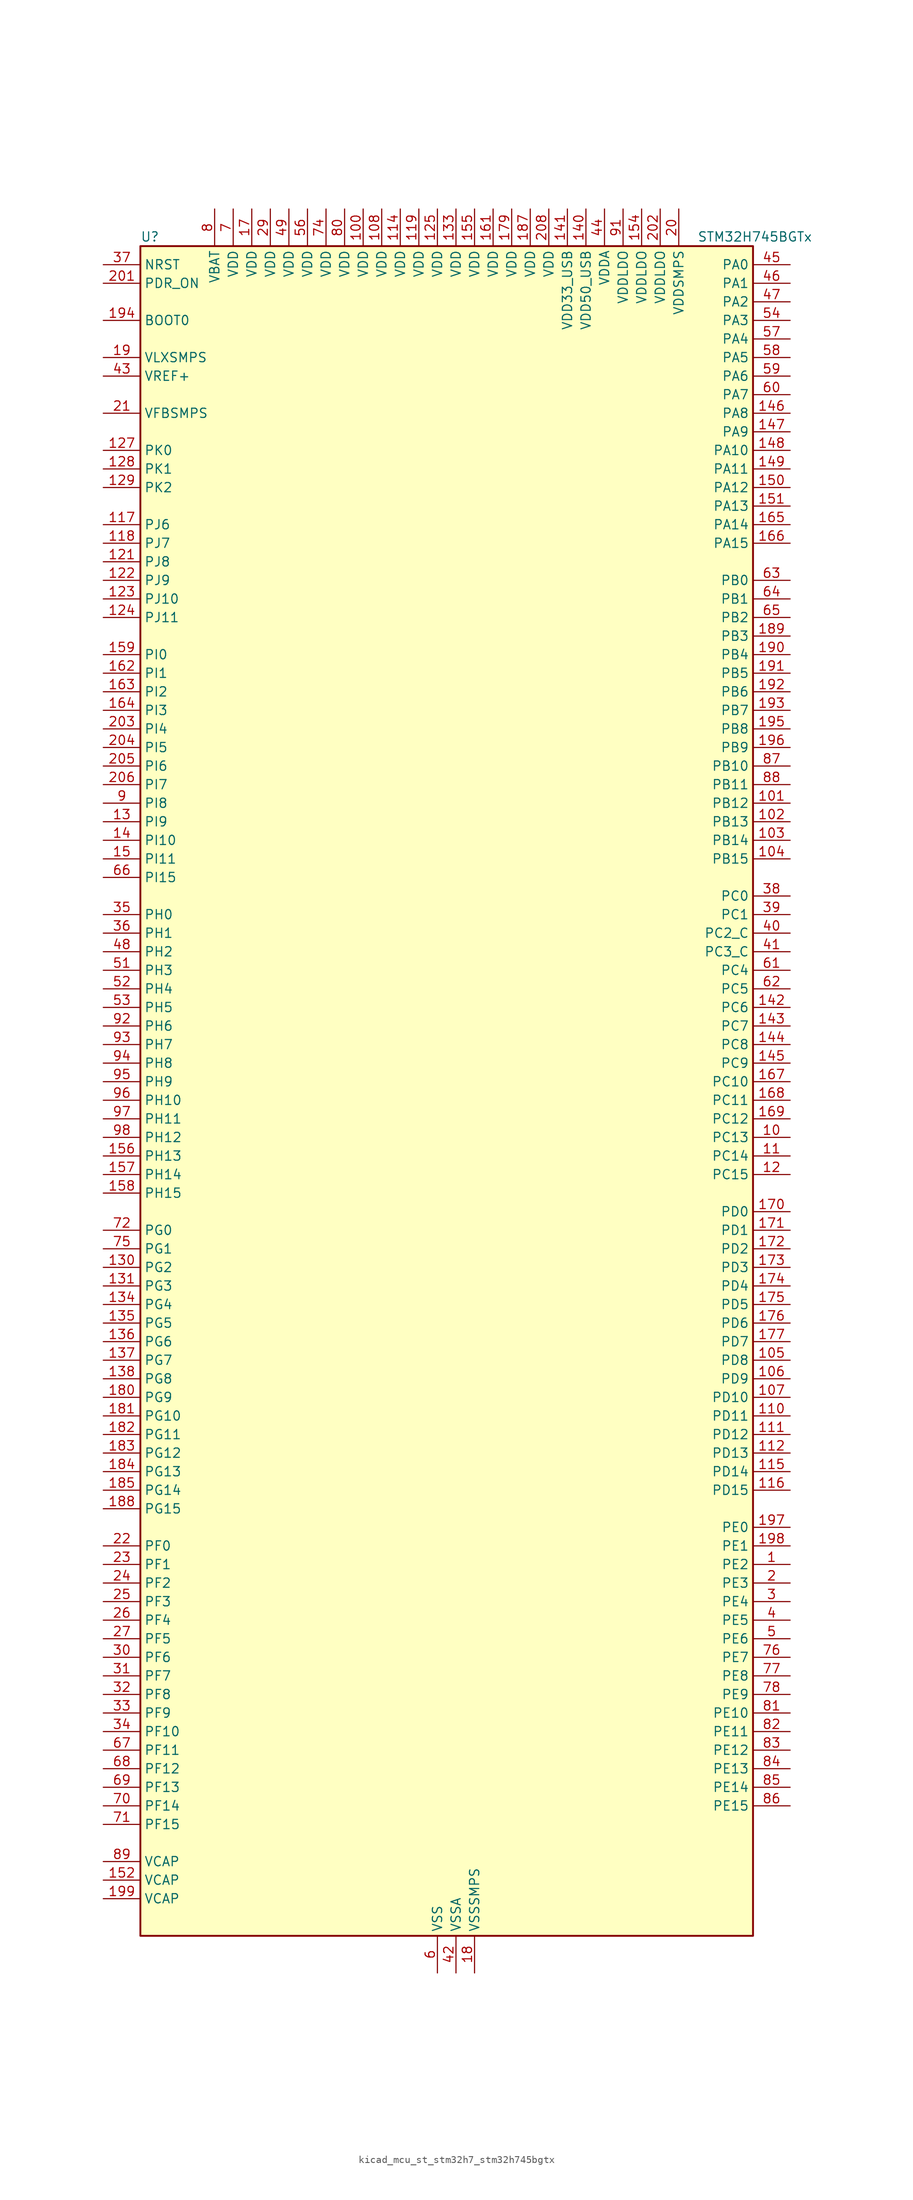
<source format=kicad_sym>
(kicad_symbol_lib
  (version 20220914)
  (generator kicad_symbol_editor)
  (symbol "kicad_mcu_st_stm32h7_stm32h745bgtx"
    (property "Reference" "U"
      (at -40.64 118.11 0)
      (effects (font (size 1.27 1.27)) (justify left)))
    (property "Value" "STM32H745BGTx"
      (at 35.56 118.11 0)
      (effects (font (size 1.27 1.27)) (justify left)))
    (property "ki_locked" ""
      (at 0 0 0)
      (effects (font (size 1.27 1.27))))
    (symbol "kicad_mcu_st_stm32h7_stm32h745bgtx_0_1"
      (rectangle (start -40.64 -114.3) (end 43.18 116.84) (stroke (width 0.254) (type default)) (fill (type background))))
    (symbol "kicad_mcu_st_stm32h7_stm32h745bgtx_1_1"
      (pin bidirectional line (at 48.26 -63.5 180) (length 5.08) (name "PE2" (effects (font (size 1.27 1.27)))) (number "1" (effects (font (size 1.27 1.27)))) (alternate "DEBUG_TRACECLK" bidirectional line) (alternate "ETH_TXD3" bidirectional line) (alternate "FMC_A23" bidirectional line) (alternate "QUADSPI_BK1_IO2" bidirectional line) (alternate "SAI1_CK1" bidirectional line) (alternate "SAI1_MCLK_A" bidirectional line) (alternate "SAI4_CK1" bidirectional line) (alternate "SAI4_MCLK_A" bidirectional line) (alternate "SPI4_SCK" bidirectional line))
      (pin bidirectional line (at 48.26 -5.08 180) (length 5.08) (name "PC13" (effects (font (size 1.27 1.27)))) (number "10" (effects (font (size 1.27 1.27)))) (alternate "PWR_WKUP2" bidirectional line) (alternate "RTC_OUT_ALARM" bidirectional line) (alternate "RTC_OUT_CALIB" bidirectional line) (alternate "RTC_TAMP1" bidirectional line) (alternate "RTC_TS" bidirectional line))
      (pin power_in line (at -10.16 121.92 270) (length 5.08) (name "VDD" (effects (font (size 1.27 1.27)))) (number "100" (effects (font (size 1.27 1.27)))))
      (pin bidirectional line (at 48.26 40.64 180) (length 5.08) (name "PB12" (effects (font (size 1.27 1.27)))) (number "101" (effects (font (size 1.27 1.27)))) (alternate "DFSDM1_DATIN1" bidirectional line) (alternate "ETH_TXD0" bidirectional line) (alternate "FDCAN2_RX" bidirectional line) (alternate "I2C2_SMBA" bidirectional line) (alternate "I2S2_WS" bidirectional line) (alternate "SPI2_NSS" bidirectional line) (alternate "TIM1_BKIN" bidirectional line) (alternate "TIM1_BKIN_COMP1" bidirectional line) (alternate "TIM1_BKIN_COMP2" bidirectional line) (alternate "UART5_RX" bidirectional line) (alternate "USART3_CK" bidirectional line) (alternate "USB_OTG_HS_ID" bidirectional line) (alternate "USB_OTG_HS_ULPI_D5" bidirectional line))
      (pin bidirectional line (at 48.26 38.1 180) (length 5.08) (name "PB13" (effects (font (size 1.27 1.27)))) (number "102" (effects (font (size 1.27 1.27)))) (alternate "DFSDM1_CKIN1" bidirectional line) (alternate "ETH_TXD1" bidirectional line) (alternate "FDCAN2_TX" bidirectional line) (alternate "I2S2_CK" bidirectional line) (alternate "LPTIM2_OUT" bidirectional line) (alternate "SPI2_SCK" bidirectional line) (alternate "TIM1_CH1N" bidirectional line) (alternate "UART5_TX" bidirectional line) (alternate "USART3_CTS" bidirectional line) (alternate "USART3_NSS" bidirectional line) (alternate "USB_OTG_HS_ULPI_D6" bidirectional line) (alternate "USB_OTG_HS_VBUS" bidirectional line))
      (pin bidirectional line (at 48.26 35.56 180) (length 5.08) (name "PB14" (effects (font (size 1.27 1.27)))) (number "103" (effects (font (size 1.27 1.27)))) (alternate "DFSDM1_DATIN2" bidirectional line) (alternate "I2S2_SDI" bidirectional line) (alternate "SDMMC2_D0" bidirectional line) (alternate "SPI2_MISO" bidirectional line) (alternate "TIM12_CH1" bidirectional line) (alternate "TIM1_CH2N" bidirectional line) (alternate "TIM8_CH2N" bidirectional line) (alternate "UART4_DE" bidirectional line) (alternate "UART4_RTS" bidirectional line) (alternate "USART1_TX" bidirectional line) (alternate "USART3_DE" bidirectional line) (alternate "USART3_RTS" bidirectional line) (alternate "USB_OTG_HS_DM" bidirectional line))
      (pin bidirectional line (at 48.26 33.02 180) (length 5.08) (name "PB15" (effects (font (size 1.27 1.27)))) (number "104" (effects (font (size 1.27 1.27)))) (alternate "ADC1_EXTI15" bidirectional line) (alternate "ADC2_EXTI15" bidirectional line) (alternate "ADC3_EXTI15" bidirectional line) (alternate "DFSDM1_CKIN2" bidirectional line) (alternate "I2S2_SDO" bidirectional line) (alternate "RTC_REFIN" bidirectional line) (alternate "SDMMC2_D1" bidirectional line) (alternate "SPI2_MOSI" bidirectional line) (alternate "TIM12_CH2" bidirectional line) (alternate "TIM1_CH3N" bidirectional line) (alternate "TIM8_CH3N" bidirectional line) (alternate "UART4_CTS" bidirectional line) (alternate "USART1_RX" bidirectional line) (alternate "USB_OTG_HS_DP" bidirectional line))
      (pin bidirectional line (at 48.26 -35.56 180) (length 5.08) (name "PD8" (effects (font (size 1.27 1.27)))) (number "105" (effects (font (size 1.27 1.27)))) (alternate "DFSDM1_CKIN3" bidirectional line) (alternate "FMC_D13" bidirectional line) (alternate "FMC_DA13" bidirectional line) (alternate "SAI3_SCK_B" bidirectional line) (alternate "SPDIFRX1_IN1" bidirectional line) (alternate "USART3_TX" bidirectional line))
      (pin bidirectional line (at 48.26 -38.1 180) (length 5.08) (name "PD9" (effects (font (size 1.27 1.27)))) (number "106" (effects (font (size 1.27 1.27)))) (alternate "DAC1_EXTI9" bidirectional line) (alternate "DFSDM1_DATIN3" bidirectional line) (alternate "FMC_D14" bidirectional line) (alternate "FMC_DA14" bidirectional line) (alternate "SAI3_SD_B" bidirectional line) (alternate "USART3_RX" bidirectional line))
      (pin bidirectional line (at 48.26 -40.64 180) (length 5.08) (name "PD10" (effects (font (size 1.27 1.27)))) (number "107" (effects (font (size 1.27 1.27)))) (alternate "DFSDM1_CKOUT" bidirectional line) (alternate "FMC_D15" bidirectional line) (alternate "FMC_DA15" bidirectional line) (alternate "LTDC_B3" bidirectional line) (alternate "SAI3_FS_B" bidirectional line) (alternate "USART3_CK" bidirectional line))
      (pin power_in line (at -7.62 121.92 270) (length 5.08) (name "VDD" (effects (font (size 1.27 1.27)))) (number "108" (effects (font (size 1.27 1.27)))))
      (pin passive line (at 0 -119.38 90) (length 5.08) hide (name "VSS" (effects (font (size 1.27 1.27)))) (number "109" (effects (font (size 1.27 1.27)))))
      (pin bidirectional line (at 48.26 -7.62 180) (length 5.08) (name "PC14" (effects (font (size 1.27 1.27)))) (number "11" (effects (font (size 1.27 1.27)))) (alternate "RCC_OSC32_IN" bidirectional line))
      (pin bidirectional line (at 48.26 -43.18 180) (length 5.08) (name "PD11" (effects (font (size 1.27 1.27)))) (number "110" (effects (font (size 1.27 1.27)))) (alternate "ADC1_EXTI11" bidirectional line) (alternate "ADC2_EXTI11" bidirectional line) (alternate "ADC3_EXTI11" bidirectional line) (alternate "FMC_A16" bidirectional line) (alternate "FMC_CLE" bidirectional line) (alternate "I2C4_SMBA" bidirectional line) (alternate "LPTIM2_IN2" bidirectional line) (alternate "QUADSPI_BK1_IO0" bidirectional line) (alternate "SAI2_SD_A" bidirectional line) (alternate "USART3_CTS" bidirectional line) (alternate "USART3_NSS" bidirectional line))
      (pin bidirectional line (at 48.26 -45.72 180) (length 5.08) (name "PD12" (effects (font (size 1.27 1.27)))) (number "111" (effects (font (size 1.27 1.27)))) (alternate "FMC_A17" bidirectional line) (alternate "FMC_ALE" bidirectional line) (alternate "I2C4_SCL" bidirectional line) (alternate "LPTIM1_IN1" bidirectional line) (alternate "LPTIM2_IN1" bidirectional line) (alternate "QUADSPI_BK1_IO1" bidirectional line) (alternate "SAI2_FS_A" bidirectional line) (alternate "TIM4_CH1" bidirectional line) (alternate "USART3_DE" bidirectional line) (alternate "USART3_RTS" bidirectional line))
      (pin bidirectional line (at 48.26 -48.26 180) (length 5.08) (name "PD13" (effects (font (size 1.27 1.27)))) (number "112" (effects (font (size 1.27 1.27)))) (alternate "FMC_A18" bidirectional line) (alternate "I2C4_SDA" bidirectional line) (alternate "LPTIM1_OUT" bidirectional line) (alternate "QUADSPI_BK1_IO3" bidirectional line) (alternate "SAI2_SCK_A" bidirectional line) (alternate "TIM4_CH2" bidirectional line))
      (pin passive line (at 0 -119.38 90) (length 5.08) hide (name "VSS" (effects (font (size 1.27 1.27)))) (number "113" (effects (font (size 1.27 1.27)))))
      (pin power_in line (at -5.08 121.92 270) (length 5.08) (name "VDD" (effects (font (size 1.27 1.27)))) (number "114" (effects (font (size 1.27 1.27)))))
      (pin bidirectional line (at 48.26 -50.8 180) (length 5.08) (name "PD14" (effects (font (size 1.27 1.27)))) (number "115" (effects (font (size 1.27 1.27)))) (alternate "FMC_D0" bidirectional line) (alternate "FMC_DA0" bidirectional line) (alternate "SAI3_MCLK_B" bidirectional line) (alternate "TIM4_CH3" bidirectional line) (alternate "UART8_CTS" bidirectional line))
      (pin bidirectional line (at 48.26 -53.34 180) (length 5.08) (name "PD15" (effects (font (size 1.27 1.27)))) (number "116" (effects (font (size 1.27 1.27)))) (alternate "ADC1_EXTI15" bidirectional line) (alternate "ADC2_EXTI15" bidirectional line) (alternate "ADC3_EXTI15" bidirectional line) (alternate "FMC_D1" bidirectional line) (alternate "FMC_DA1" bidirectional line) (alternate "SAI3_MCLK_A" bidirectional line) (alternate "TIM4_CH4" bidirectional line) (alternate "UART8_DE" bidirectional line) (alternate "UART8_RTS" bidirectional line))
      (pin bidirectional line (at -45.72 78.74 0) (length 5.08) (name "PJ6" (effects (font (size 1.27 1.27)))) (number "117" (effects (font (size 1.27 1.27)))) (alternate "LTDC_R7" bidirectional line) (alternate "TIM8_CH2" bidirectional line))
      (pin bidirectional line (at -45.72 76.2 0) (length 5.08) (name "PJ7" (effects (font (size 1.27 1.27)))) (number "118" (effects (font (size 1.27 1.27)))) (alternate "DEBUG_TRGIN" bidirectional line) (alternate "LTDC_G0" bidirectional line) (alternate "TIM8_CH2N" bidirectional line))
      (pin power_in line (at -2.54 121.92 270) (length 5.08) (name "VDD" (effects (font (size 1.27 1.27)))) (number "119" (effects (font (size 1.27 1.27)))))
      (pin bidirectional line (at 48.26 -10.16 180) (length 5.08) (name "PC15" (effects (font (size 1.27 1.27)))) (number "12" (effects (font (size 1.27 1.27)))) (alternate "ADC1_EXTI15" bidirectional line) (alternate "ADC2_EXTI15" bidirectional line) (alternate "ADC3_EXTI15" bidirectional line) (alternate "RCC_OSC32_OUT" bidirectional line))
      (pin passive line (at 0 -119.38 90) (length 5.08) hide (name "VSS" (effects (font (size 1.27 1.27)))) (number "120" (effects (font (size 1.27 1.27)))))
      (pin bidirectional line (at -45.72 73.66 0) (length 5.08) (name "PJ8" (effects (font (size 1.27 1.27)))) (number "121" (effects (font (size 1.27 1.27)))) (alternate "LTDC_G1" bidirectional line) (alternate "TIM1_CH3N" bidirectional line) (alternate "TIM8_CH1" bidirectional line) (alternate "UART8_TX" bidirectional line))
      (pin bidirectional line (at -45.72 71.12 0) (length 5.08) (name "PJ9" (effects (font (size 1.27 1.27)))) (number "122" (effects (font (size 1.27 1.27)))) (alternate "DAC1_EXTI9" bidirectional line) (alternate "LTDC_G2" bidirectional line) (alternate "TIM1_CH3" bidirectional line) (alternate "TIM8_CH1N" bidirectional line) (alternate "UART8_RX" bidirectional line))
      (pin bidirectional line (at -45.72 68.58 0) (length 5.08) (name "PJ10" (effects (font (size 1.27 1.27)))) (number "123" (effects (font (size 1.27 1.27)))) (alternate "LTDC_G3" bidirectional line) (alternate "SPI5_MOSI" bidirectional line) (alternate "TIM1_CH2N" bidirectional line) (alternate "TIM8_CH2" bidirectional line))
      (pin bidirectional line (at -45.72 66.04 0) (length 5.08) (name "PJ11" (effects (font (size 1.27 1.27)))) (number "124" (effects (font (size 1.27 1.27)))) (alternate "ADC1_EXTI11" bidirectional line) (alternate "ADC2_EXTI11" bidirectional line) (alternate "ADC3_EXTI11" bidirectional line) (alternate "LTDC_G4" bidirectional line) (alternate "SPI5_MISO" bidirectional line) (alternate "TIM1_CH2" bidirectional line) (alternate "TIM8_CH2N" bidirectional line))
      (pin power_in line (at 0 121.92 270) (length 5.08) (name "VDD" (effects (font (size 1.27 1.27)))) (number "125" (effects (font (size 1.27 1.27)))))
      (pin passive line (at 0 -119.38 90) (length 5.08) hide (name "VSS" (effects (font (size 1.27 1.27)))) (number "126" (effects (font (size 1.27 1.27)))))
      (pin bidirectional line (at -45.72 88.9 0) (length 5.08) (name "PK0" (effects (font (size 1.27 1.27)))) (number "127" (effects (font (size 1.27 1.27)))) (alternate "LTDC_G5" bidirectional line) (alternate "SPI5_SCK" bidirectional line) (alternate "TIM1_CH1N" bidirectional line) (alternate "TIM8_CH3" bidirectional line))
      (pin bidirectional line (at -45.72 86.36 0) (length 5.08) (name "PK1" (effects (font (size 1.27 1.27)))) (number "128" (effects (font (size 1.27 1.27)))) (alternate "LTDC_G6" bidirectional line) (alternate "SPI5_NSS" bidirectional line) (alternate "TIM1_CH1" bidirectional line) (alternate "TIM8_CH3N" bidirectional line))
      (pin bidirectional line (at -45.72 83.82 0) (length 5.08) (name "PK2" (effects (font (size 1.27 1.27)))) (number "129" (effects (font (size 1.27 1.27)))) (alternate "LTDC_G7" bidirectional line) (alternate "TIM1_BKIN" bidirectional line) (alternate "TIM1_BKIN_COMP1" bidirectional line) (alternate "TIM1_BKIN_COMP2" bidirectional line) (alternate "TIM8_BKIN" bidirectional line) (alternate "TIM8_BKIN_COMP1" bidirectional line) (alternate "TIM8_BKIN_COMP2" bidirectional line))
      (pin bidirectional line (at -45.72 38.1 0) (length 5.08) (name "PI9" (effects (font (size 1.27 1.27)))) (number "13" (effects (font (size 1.27 1.27)))) (alternate "DAC1_EXTI9" bidirectional line) (alternate "FDCAN1_RX" bidirectional line) (alternate "FMC_D30" bidirectional line) (alternate "LTDC_VSYNC" bidirectional line) (alternate "UART4_RX" bidirectional line))
      (pin bidirectional line (at -45.72 -22.86 0) (length 5.08) (name "PG2" (effects (font (size 1.27 1.27)))) (number "130" (effects (font (size 1.27 1.27)))) (alternate "FMC_A12" bidirectional line) (alternate "TIM8_BKIN" bidirectional line) (alternate "TIM8_BKIN_COMP1" bidirectional line) (alternate "TIM8_BKIN_COMP2" bidirectional line))
      (pin bidirectional line (at -45.72 -25.4 0) (length 5.08) (name "PG3" (effects (font (size 1.27 1.27)))) (number "131" (effects (font (size 1.27 1.27)))) (alternate "FMC_A13" bidirectional line) (alternate "TIM8_BKIN2" bidirectional line) (alternate "TIM8_BKIN2_COMP1" bidirectional line) (alternate "TIM8_BKIN2_COMP2" bidirectional line))
      (pin passive line (at 0 -119.38 90) (length 5.08) hide (name "VSS" (effects (font (size 1.27 1.27)))) (number "132" (effects (font (size 1.27 1.27)))))
      (pin power_in line (at 2.54 121.92 270) (length 5.08) (name "VDD" (effects (font (size 1.27 1.27)))) (number "133" (effects (font (size 1.27 1.27)))))
      (pin bidirectional line (at -45.72 -27.94 0) (length 5.08) (name "PG4" (effects (font (size 1.27 1.27)))) (number "134" (effects (font (size 1.27 1.27)))) (alternate "FMC_A14" bidirectional line) (alternate "FMC_BA0" bidirectional line) (alternate "TIM1_BKIN2" bidirectional line) (alternate "TIM1_BKIN2_COMP1" bidirectional line) (alternate "TIM1_BKIN2_COMP2" bidirectional line))
      (pin bidirectional line (at -45.72 -30.48 0) (length 5.08) (name "PG5" (effects (font (size 1.27 1.27)))) (number "135" (effects (font (size 1.27 1.27)))) (alternate "FMC_A15" bidirectional line) (alternate "FMC_BA1" bidirectional line) (alternate "TIM1_ETR" bidirectional line))
      (pin bidirectional line (at -45.72 -33.02 0) (length 5.08) (name "PG6" (effects (font (size 1.27 1.27)))) (number "136" (effects (font (size 1.27 1.27)))) (alternate "DCMI_D12" bidirectional line) (alternate "FMC_NE3" bidirectional line) (alternate "HRTIM_CHE1" bidirectional line) (alternate "LTDC_R7" bidirectional line) (alternate "QUADSPI_BK1_NCS" bidirectional line) (alternate "TIM17_BKIN" bidirectional line))
      (pin bidirectional line (at -45.72 -35.56 0) (length 5.08) (name "PG7" (effects (font (size 1.27 1.27)))) (number "137" (effects (font (size 1.27 1.27)))) (alternate "DCMI_D13" bidirectional line) (alternate "FMC_INT" bidirectional line) (alternate "HRTIM_CHE2" bidirectional line) (alternate "LTDC_CLK" bidirectional line) (alternate "SAI1_MCLK_A" bidirectional line) (alternate "USART6_CK" bidirectional line))
      (pin bidirectional line (at -45.72 -38.1 0) (length 5.08) (name "PG8" (effects (font (size 1.27 1.27)))) (number "138" (effects (font (size 1.27 1.27)))) (alternate "ETH_PPS_OUT" bidirectional line) (alternate "FMC_SDCLK" bidirectional line) (alternate "LTDC_G7" bidirectional line) (alternate "SPDIFRX1_IN2" bidirectional line) (alternate "SPI6_NSS" bidirectional line) (alternate "TIM8_ETR" bidirectional line) (alternate "USART6_DE" bidirectional line) (alternate "USART6_RTS" bidirectional line))
      (pin passive line (at 0 -119.38 90) (length 5.08) hide (name "VSS" (effects (font (size 1.27 1.27)))) (number "139" (effects (font (size 1.27 1.27)))))
      (pin bidirectional line (at -45.72 35.56 0) (length 5.08) (name "PI10" (effects (font (size 1.27 1.27)))) (number "14" (effects (font (size 1.27 1.27)))) (alternate "ETH_RX_ER" bidirectional line) (alternate "FMC_D31" bidirectional line) (alternate "LTDC_HSYNC" bidirectional line))
      (pin power_in line (at 20.32 121.92 270) (length 5.08) (name "VDD50_USB" (effects (font (size 1.27 1.27)))) (number "140" (effects (font (size 1.27 1.27)))))
      (pin power_in line (at 17.78 121.92 270) (length 5.08) (name "VDD33_USB" (effects (font (size 1.27 1.27)))) (number "141" (effects (font (size 1.27 1.27)))))
      (pin bidirectional line (at 48.26 12.7 180) (length 5.08) (name "PC6" (effects (font (size 1.27 1.27)))) (number "142" (effects (font (size 1.27 1.27)))) (alternate "DCMI_D0" bidirectional line) (alternate "DFSDM1_CKIN3" bidirectional line) (alternate "FMC_NWAIT" bidirectional line) (alternate "HRTIM_CHA1" bidirectional line) (alternate "I2S2_MCK" bidirectional line) (alternate "LTDC_HSYNC" bidirectional line) (alternate "SDMMC1_D0DIR" bidirectional line) (alternate "SDMMC1_D6" bidirectional line) (alternate "SDMMC2_D6" bidirectional line) (alternate "SWPMI1_IO" bidirectional line) (alternate "TIM3_CH1" bidirectional line) (alternate "TIM8_CH1" bidirectional line) (alternate "USART6_TX" bidirectional line))
      (pin bidirectional line (at 48.26 10.16 180) (length 5.08) (name "PC7" (effects (font (size 1.27 1.27)))) (number "143" (effects (font (size 1.27 1.27)))) (alternate "DCMI_D1" bidirectional line) (alternate "DEBUG_TRGIO" bidirectional line) (alternate "DFSDM1_DATIN3" bidirectional line) (alternate "FMC_NE1" bidirectional line) (alternate "HRTIM_CHA2" bidirectional line) (alternate "I2S3_MCK" bidirectional line) (alternate "LTDC_G6" bidirectional line) (alternate "SDMMC1_D123DIR" bidirectional line) (alternate "SDMMC1_D7" bidirectional line) (alternate "SDMMC2_D7" bidirectional line) (alternate "SWPMI1_TX" bidirectional line) (alternate "TIM3_CH2" bidirectional line) (alternate "TIM8_CH2" bidirectional line) (alternate "USART6_RX" bidirectional line))
      (pin bidirectional line (at 48.26 7.62 180) (length 5.08) (name "PC8" (effects (font (size 1.27 1.27)))) (number "144" (effects (font (size 1.27 1.27)))) (alternate "DCMI_D2" bidirectional line) (alternate "DEBUG_TRACED1" bidirectional line) (alternate "FMC_NCE" bidirectional line) (alternate "FMC_NE2" bidirectional line) (alternate "HRTIM_CHB1" bidirectional line) (alternate "SDMMC1_D0" bidirectional line) (alternate "SWPMI1_RX" bidirectional line) (alternate "TIM3_CH3" bidirectional line) (alternate "TIM8_CH3" bidirectional line) (alternate "UART5_DE" bidirectional line) (alternate "UART5_RTS" bidirectional line) (alternate "USART6_CK" bidirectional line))
      (pin bidirectional line (at 48.26 5.08 180) (length 5.08) (name "PC9" (effects (font (size 1.27 1.27)))) (number "145" (effects (font (size 1.27 1.27)))) (alternate "DAC1_EXTI9" bidirectional line) (alternate "DCMI_D3" bidirectional line) (alternate "I2C3_SDA" bidirectional line) (alternate "I2S_CKIN" bidirectional line) (alternate "LTDC_B2" bidirectional line) (alternate "LTDC_G3" bidirectional line) (alternate "QUADSPI_BK1_IO0" bidirectional line) (alternate "RCC_MCO_2" bidirectional line) (alternate "SDMMC1_D1" bidirectional line) (alternate "SWPMI1_SUSPEND" bidirectional line) (alternate "TIM3_CH4" bidirectional line) (alternate "TIM8_CH4" bidirectional line) (alternate "UART5_CTS" bidirectional line))
      (pin bidirectional line (at 48.26 93.98 180) (length 5.08) (name "PA8" (effects (font (size 1.27 1.27)))) (number "146" (effects (font (size 1.27 1.27)))) (alternate "HRTIM_CHB2" bidirectional line) (alternate "I2C3_SCL" bidirectional line) (alternate "LTDC_B3" bidirectional line) (alternate "LTDC_R6" bidirectional line) (alternate "RCC_MCO_1" bidirectional line) (alternate "TIM1_CH1" bidirectional line) (alternate "TIM8_BKIN2" bidirectional line) (alternate "TIM8_BKIN2_COMP1" bidirectional line) (alternate "TIM8_BKIN2_COMP2" bidirectional line) (alternate "UART7_RX" bidirectional line) (alternate "USART1_CK" bidirectional line) (alternate "USB_OTG_FS_SOF" bidirectional line))
      (pin bidirectional line (at 48.26 91.44 180) (length 5.08) (name "PA9" (effects (font (size 1.27 1.27)))) (number "147" (effects (font (size 1.27 1.27)))) (alternate "DAC1_EXTI9" bidirectional line) (alternate "DCMI_D0" bidirectional line) (alternate "HRTIM_CHC1" bidirectional line) (alternate "I2C3_SMBA" bidirectional line) (alternate "I2S2_CK" bidirectional line) (alternate "LPUART1_TX" bidirectional line) (alternate "LTDC_R5" bidirectional line) (alternate "SPI2_SCK" bidirectional line) (alternate "TIM1_CH2" bidirectional line) (alternate "USART1_TX" bidirectional line) (alternate "USB_OTG_FS_VBUS" bidirectional line))
      (pin bidirectional line (at 48.26 88.9 180) (length 5.08) (name "PA10" (effects (font (size 1.27 1.27)))) (number "148" (effects (font (size 1.27 1.27)))) (alternate "DCMI_D1" bidirectional line) (alternate "HRTIM_CHC2" bidirectional line) (alternate "LPUART1_RX" bidirectional line) (alternate "LTDC_B1" bidirectional line) (alternate "LTDC_B4" bidirectional line) (alternate "MDIOS_MDIO" bidirectional line) (alternate "TIM1_CH3" bidirectional line) (alternate "USART1_RX" bidirectional line) (alternate "USB_OTG_FS_ID" bidirectional line))
      (pin bidirectional line (at 48.26 86.36 180) (length 5.08) (name "PA11" (effects (font (size 1.27 1.27)))) (number "149" (effects (font (size 1.27 1.27)))) (alternate "ADC1_EXTI11" bidirectional line) (alternate "ADC2_EXTI11" bidirectional line) (alternate "ADC3_EXTI11" bidirectional line) (alternate "FDCAN1_RX" bidirectional line) (alternate "HRTIM_CHD1" bidirectional line) (alternate "I2S2_WS" bidirectional line) (alternate "LPUART1_CTS" bidirectional line) (alternate "LTDC_R4" bidirectional line) (alternate "SPI2_NSS" bidirectional line) (alternate "TIM1_CH4" bidirectional line) (alternate "UART4_RX" bidirectional line) (alternate "USART1_CTS" bidirectional line) (alternate "USART1_NSS" bidirectional line) (alternate "USB_OTG_FS_DM" bidirectional line))
      (pin bidirectional line (at -45.72 33.02 0) (length 5.08) (name "PI11" (effects (font (size 1.27 1.27)))) (number "15" (effects (font (size 1.27 1.27)))) (alternate "ADC1_EXTI11" bidirectional line) (alternate "ADC2_EXTI11" bidirectional line) (alternate "ADC3_EXTI11" bidirectional line) (alternate "LTDC_G6" bidirectional line) (alternate "PWR_WKUP4" bidirectional line) (alternate "USB_OTG_HS_ULPI_DIR" bidirectional line))
      (pin bidirectional line (at 48.26 83.82 180) (length 5.08) (name "PA12" (effects (font (size 1.27 1.27)))) (number "150" (effects (font (size 1.27 1.27)))) (alternate "FDCAN1_TX" bidirectional line) (alternate "HRTIM_CHD2" bidirectional line) (alternate "I2S2_CK" bidirectional line) (alternate "LPUART1_DE" bidirectional line) (alternate "LPUART1_RTS" bidirectional line) (alternate "LTDC_R5" bidirectional line) (alternate "SAI2_FS_B" bidirectional line) (alternate "SPI2_SCK" bidirectional line) (alternate "TIM1_ETR" bidirectional line) (alternate "UART4_TX" bidirectional line) (alternate "USART1_DE" bidirectional line) (alternate "USART1_RTS" bidirectional line) (alternate "USB_OTG_FS_DP" bidirectional line))
      (pin bidirectional line (at 48.26 81.28 180) (length 5.08) (name "PA13" (effects (font (size 1.27 1.27)))) (number "151" (effects (font (size 1.27 1.27)))) (alternate "DEBUG_JTMS-SWDIO" bidirectional line))
      (pin power_out line (at -45.72 -106.68 0) (length 5.08) (name "VCAP" (effects (font (size 1.27 1.27)))) (number "152" (effects (font (size 1.27 1.27)))))
      (pin passive line (at 0 -119.38 90) (length 5.08) hide (name "VSS" (effects (font (size 1.27 1.27)))) (number "153" (effects (font (size 1.27 1.27)))))
      (pin power_in line (at 27.94 121.92 270) (length 5.08) (name "VDDLDO" (effects (font (size 1.27 1.27)))) (number "154" (effects (font (size 1.27 1.27)))))
      (pin power_in line (at 5.08 121.92 270) (length 5.08) (name "VDD" (effects (font (size 1.27 1.27)))) (number "155" (effects (font (size 1.27 1.27)))))
      (pin bidirectional line (at -45.72 -7.62 0) (length 5.08) (name "PH13" (effects (font (size 1.27 1.27)))) (number "156" (effects (font (size 1.27 1.27)))) (alternate "FDCAN1_TX" bidirectional line) (alternate "FMC_D21" bidirectional line) (alternate "LTDC_G2" bidirectional line) (alternate "TIM8_CH1N" bidirectional line) (alternate "UART4_TX" bidirectional line))
      (pin bidirectional line (at -45.72 -10.16 0) (length 5.08) (name "PH14" (effects (font (size 1.27 1.27)))) (number "157" (effects (font (size 1.27 1.27)))) (alternate "DCMI_D4" bidirectional line) (alternate "FDCAN1_RX" bidirectional line) (alternate "FMC_D22" bidirectional line) (alternate "LTDC_G3" bidirectional line) (alternate "TIM8_CH2N" bidirectional line) (alternate "UART4_RX" bidirectional line))
      (pin bidirectional line (at -45.72 -12.7 0) (length 5.08) (name "PH15" (effects (font (size 1.27 1.27)))) (number "158" (effects (font (size 1.27 1.27)))) (alternate "ADC1_EXTI15" bidirectional line) (alternate "ADC2_EXTI15" bidirectional line) (alternate "ADC3_EXTI15" bidirectional line) (alternate "DCMI_D11" bidirectional line) (alternate "FMC_D23" bidirectional line) (alternate "LTDC_G4" bidirectional line) (alternate "TIM8_CH3N" bidirectional line))
      (pin bidirectional line (at -45.72 60.96 0) (length 5.08) (name "PI0" (effects (font (size 1.27 1.27)))) (number "159" (effects (font (size 1.27 1.27)))) (alternate "DCMI_D13" bidirectional line) (alternate "FMC_D24" bidirectional line) (alternate "I2S2_WS" bidirectional line) (alternate "LTDC_G5" bidirectional line) (alternate "SPI2_NSS" bidirectional line) (alternate "TIM5_CH4" bidirectional line))
      (pin passive line (at 0 -119.38 90) (length 5.08) hide (name "VSS" (effects (font (size 1.27 1.27)))) (number "16" (effects (font (size 1.27 1.27)))))
      (pin passive line (at 0 -119.38 90) (length 5.08) hide (name "VSS" (effects (font (size 1.27 1.27)))) (number "160" (effects (font (size 1.27 1.27)))))
      (pin power_in line (at 7.62 121.92 270) (length 5.08) (name "VDD" (effects (font (size 1.27 1.27)))) (number "161" (effects (font (size 1.27 1.27)))))
      (pin bidirectional line (at -45.72 58.42 0) (length 5.08) (name "PI1" (effects (font (size 1.27 1.27)))) (number "162" (effects (font (size 1.27 1.27)))) (alternate "DCMI_D8" bidirectional line) (alternate "FMC_D25" bidirectional line) (alternate "I2S2_CK" bidirectional line) (alternate "LTDC_G6" bidirectional line) (alternate "SPI2_SCK" bidirectional line) (alternate "TIM8_BKIN2" bidirectional line) (alternate "TIM8_BKIN2_COMP1" bidirectional line) (alternate "TIM8_BKIN2_COMP2" bidirectional line))
      (pin bidirectional line (at -45.72 55.88 0) (length 5.08) (name "PI2" (effects (font (size 1.27 1.27)))) (number "163" (effects (font (size 1.27 1.27)))) (alternate "DCMI_D9" bidirectional line) (alternate "FMC_D26" bidirectional line) (alternate "I2S2_SDI" bidirectional line) (alternate "LTDC_G7" bidirectional line) (alternate "SPI2_MISO" bidirectional line) (alternate "TIM8_CH4" bidirectional line))
      (pin bidirectional line (at -45.72 53.34 0) (length 5.08) (name "PI3" (effects (font (size 1.27 1.27)))) (number "164" (effects (font (size 1.27 1.27)))) (alternate "DCMI_D10" bidirectional line) (alternate "FMC_D27" bidirectional line) (alternate "I2S2_SDO" bidirectional line) (alternate "SPI2_MOSI" bidirectional line) (alternate "TIM8_ETR" bidirectional line))
      (pin bidirectional line (at 48.26 78.74 180) (length 5.08) (name "PA14" (effects (font (size 1.27 1.27)))) (number "165" (effects (font (size 1.27 1.27)))) (alternate "DEBUG_JTCK-SWCLK" bidirectional line))
      (pin bidirectional line (at 48.26 76.2 180) (length 5.08) (name "PA15" (effects (font (size 1.27 1.27)))) (number "166" (effects (font (size 1.27 1.27)))) (alternate "ADC1_EXTI15" bidirectional line) (alternate "ADC2_EXTI15" bidirectional line) (alternate "ADC3_EXTI15" bidirectional line) (alternate "CEC" bidirectional line) (alternate "DEBUG_JTDI" bidirectional line) (alternate "HRTIM_FLT1" bidirectional line) (alternate "I2S1_WS" bidirectional line) (alternate "I2S3_WS" bidirectional line) (alternate "SPI1_NSS" bidirectional line) (alternate "SPI3_NSS" bidirectional line) (alternate "SPI6_NSS" bidirectional line) (alternate "TIM2_CH1" bidirectional line) (alternate "TIM2_ETR" bidirectional line) (alternate "UART4_DE" bidirectional line) (alternate "UART4_RTS" bidirectional line) (alternate "UART7_TX" bidirectional line))
      (pin bidirectional line (at 48.26 2.54 180) (length 5.08) (name "PC10" (effects (font (size 1.27 1.27)))) (number "167" (effects (font (size 1.27 1.27)))) (alternate "DCMI_D8" bidirectional line) (alternate "DFSDM1_CKIN5" bidirectional line) (alternate "HRTIM_EEV1" bidirectional line) (alternate "I2S3_CK" bidirectional line) (alternate "LTDC_R2" bidirectional line) (alternate "QUADSPI_BK1_IO1" bidirectional line) (alternate "SDMMC1_D2" bidirectional line) (alternate "SPI3_SCK" bidirectional line) (alternate "UART4_TX" bidirectional line) (alternate "USART3_TX" bidirectional line))
      (pin bidirectional line (at 48.26 0 180) (length 5.08) (name "PC11" (effects (font (size 1.27 1.27)))) (number "168" (effects (font (size 1.27 1.27)))) (alternate "ADC1_EXTI11" bidirectional line) (alternate "ADC2_EXTI11" bidirectional line) (alternate "ADC3_EXTI11" bidirectional line) (alternate "DCMI_D4" bidirectional line) (alternate "DFSDM1_DATIN5" bidirectional line) (alternate "HRTIM_FLT2" bidirectional line) (alternate "I2S3_SDI" bidirectional line) (alternate "QUADSPI_BK2_NCS" bidirectional line) (alternate "SDMMC1_D3" bidirectional line) (alternate "SPI3_MISO" bidirectional line) (alternate "UART4_RX" bidirectional line) (alternate "USART3_RX" bidirectional line))
      (pin bidirectional line (at 48.26 -2.54 180) (length 5.08) (name "PC12" (effects (font (size 1.27 1.27)))) (number "169" (effects (font (size 1.27 1.27)))) (alternate "DCMI_D9" bidirectional line) (alternate "DEBUG_TRACED3" bidirectional line) (alternate "HRTIM_EEV2" bidirectional line) (alternate "I2S3_SDO" bidirectional line) (alternate "SDMMC1_CK" bidirectional line) (alternate "SPI3_MOSI" bidirectional line) (alternate "UART5_TX" bidirectional line) (alternate "USART3_CK" bidirectional line))
      (pin power_in line (at -25.4 121.92 270) (length 5.08) (name "VDD" (effects (font (size 1.27 1.27)))) (number "17" (effects (font (size 1.27 1.27)))))
      (pin bidirectional line (at 48.26 -15.24 180) (length 5.08) (name "PD0" (effects (font (size 1.27 1.27)))) (number "170" (effects (font (size 1.27 1.27)))) (alternate "DFSDM1_CKIN6" bidirectional line) (alternate "FDCAN1_RX" bidirectional line) (alternate "FMC_D2" bidirectional line) (alternate "FMC_DA2" bidirectional line) (alternate "SAI3_SCK_A" bidirectional line) (alternate "UART4_RX" bidirectional line))
      (pin bidirectional line (at 48.26 -17.78 180) (length 5.08) (name "PD1" (effects (font (size 1.27 1.27)))) (number "171" (effects (font (size 1.27 1.27)))) (alternate "DFSDM1_DATIN6" bidirectional line) (alternate "FDCAN1_TX" bidirectional line) (alternate "FMC_D3" bidirectional line) (alternate "FMC_DA3" bidirectional line) (alternate "SAI3_SD_A" bidirectional line) (alternate "UART4_TX" bidirectional line))
      (pin bidirectional line (at 48.26 -20.32 180) (length 5.08) (name "PD2" (effects (font (size 1.27 1.27)))) (number "172" (effects (font (size 1.27 1.27)))) (alternate "DCMI_D11" bidirectional line) (alternate "DEBUG_TRACED2" bidirectional line) (alternate "SDMMC1_CMD" bidirectional line) (alternate "TIM3_ETR" bidirectional line) (alternate "UART5_RX" bidirectional line))
      (pin bidirectional line (at 48.26 -22.86 180) (length 5.08) (name "PD3" (effects (font (size 1.27 1.27)))) (number "173" (effects (font (size 1.27 1.27)))) (alternate "DCMI_D5" bidirectional line) (alternate "DFSDM1_CKOUT" bidirectional line) (alternate "FMC_CLK" bidirectional line) (alternate "I2S2_CK" bidirectional line) (alternate "LTDC_G7" bidirectional line) (alternate "SPI2_SCK" bidirectional line) (alternate "USART2_CTS" bidirectional line) (alternate "USART2_NSS" bidirectional line))
      (pin bidirectional line (at 48.26 -25.4 180) (length 5.08) (name "PD4" (effects (font (size 1.27 1.27)))) (number "174" (effects (font (size 1.27 1.27)))) (alternate "FMC_NOE" bidirectional line) (alternate "HRTIM_FLT3" bidirectional line) (alternate "SAI3_FS_A" bidirectional line) (alternate "USART2_DE" bidirectional line) (alternate "USART2_RTS" bidirectional line))
      (pin bidirectional line (at 48.26 -27.94 180) (length 5.08) (name "PD5" (effects (font (size 1.27 1.27)))) (number "175" (effects (font (size 1.27 1.27)))) (alternate "FMC_NWE" bidirectional line) (alternate "HRTIM_EEV3" bidirectional line) (alternate "USART2_TX" bidirectional line))
      (pin bidirectional line (at 48.26 -30.48 180) (length 5.08) (name "PD6" (effects (font (size 1.27 1.27)))) (number "176" (effects (font (size 1.27 1.27)))) (alternate "DCMI_D10" bidirectional line) (alternate "DFSDM1_CKIN4" bidirectional line) (alternate "DFSDM1_DATIN1" bidirectional line) (alternate "FMC_NWAIT" bidirectional line) (alternate "I2S3_SDO" bidirectional line) (alternate "LTDC_B2" bidirectional line) (alternate "SAI1_D1" bidirectional line) (alternate "SAI1_SD_A" bidirectional line) (alternate "SAI4_D1" bidirectional line) (alternate "SAI4_SD_A" bidirectional line) (alternate "SDMMC2_CK" bidirectional line) (alternate "SPI3_MOSI" bidirectional line) (alternate "USART2_RX" bidirectional line))
      (pin bidirectional line (at 48.26 -33.02 180) (length 5.08) (name "PD7" (effects (font (size 1.27 1.27)))) (number "177" (effects (font (size 1.27 1.27)))) (alternate "DFSDM1_CKIN1" bidirectional line) (alternate "DFSDM1_DATIN4" bidirectional line) (alternate "FMC_NE1" bidirectional line) (alternate "I2S1_SDO" bidirectional line) (alternate "SDMMC2_CMD" bidirectional line) (alternate "SPDIFRX1_IN0" bidirectional line) (alternate "SPI1_MOSI" bidirectional line) (alternate "USART2_CK" bidirectional line))
      (pin passive line (at 0 -119.38 90) (length 5.08) hide (name "VSS" (effects (font (size 1.27 1.27)))) (number "178" (effects (font (size 1.27 1.27)))))
      (pin power_in line (at 10.16 121.92 270) (length 5.08) (name "VDD" (effects (font (size 1.27 1.27)))) (number "179" (effects (font (size 1.27 1.27)))))
      (pin power_in line (at 5.08 -119.38 90) (length 5.08) (name "VSSSMPS" (effects (font (size 1.27 1.27)))) (number "18" (effects (font (size 1.27 1.27)))))
      (pin bidirectional line (at -45.72 -40.64 0) (length 5.08) (name "PG9" (effects (font (size 1.27 1.27)))) (number "180" (effects (font (size 1.27 1.27)))) (alternate "DAC1_EXTI9" bidirectional line) (alternate "DCMI_VSYNC" bidirectional line) (alternate "FMC_NCE" bidirectional line) (alternate "FMC_NE2" bidirectional line) (alternate "I2S1_SDI" bidirectional line) (alternate "QUADSPI_BK2_IO2" bidirectional line) (alternate "SAI2_FS_B" bidirectional line) (alternate "SPDIFRX1_IN3" bidirectional line) (alternate "SPI1_MISO" bidirectional line) (alternate "USART6_RX" bidirectional line))
      (pin bidirectional line (at -45.72 -43.18 0) (length 5.08) (name "PG10" (effects (font (size 1.27 1.27)))) (number "181" (effects (font (size 1.27 1.27)))) (alternate "DCMI_D2" bidirectional line) (alternate "FMC_NE3" bidirectional line) (alternate "HRTIM_FLT5" bidirectional line) (alternate "I2S1_WS" bidirectional line) (alternate "LTDC_B2" bidirectional line) (alternate "LTDC_G3" bidirectional line) (alternate "SAI2_SD_B" bidirectional line) (alternate "SPI1_NSS" bidirectional line))
      (pin bidirectional line (at -45.72 -45.72 0) (length 5.08) (name "PG11" (effects (font (size 1.27 1.27)))) (number "182" (effects (font (size 1.27 1.27)))) (alternate "ADC1_EXTI11" bidirectional line) (alternate "ADC2_EXTI11" bidirectional line) (alternate "ADC3_EXTI11" bidirectional line) (alternate "DCMI_D3" bidirectional line) (alternate "ETH_TX_EN" bidirectional line) (alternate "HRTIM_EEV4" bidirectional line) (alternate "I2S1_CK" bidirectional line) (alternate "LPTIM1_IN2" bidirectional line) (alternate "LTDC_B3" bidirectional line) (alternate "SDMMC2_D2" bidirectional line) (alternate "SPDIFRX1_IN0" bidirectional line) (alternate "SPI1_SCK" bidirectional line))
      (pin bidirectional line (at -45.72 -48.26 0) (length 5.08) (name "PG12" (effects (font (size 1.27 1.27)))) (number "183" (effects (font (size 1.27 1.27)))) (alternate "ETH_TXD1" bidirectional line) (alternate "FMC_NE4" bidirectional line) (alternate "HRTIM_EEV5" bidirectional line) (alternate "LPTIM1_IN1" bidirectional line) (alternate "LTDC_B1" bidirectional line) (alternate "LTDC_B4" bidirectional line) (alternate "SPDIFRX1_IN1" bidirectional line) (alternate "SPI6_MISO" bidirectional line) (alternate "USART6_DE" bidirectional line) (alternate "USART6_RTS" bidirectional line))
      (pin bidirectional line (at -45.72 -50.8 0) (length 5.08) (name "PG13" (effects (font (size 1.27 1.27)))) (number "184" (effects (font (size 1.27 1.27)))) (alternate "DEBUG_TRACED0" bidirectional line) (alternate "ETH_TXD0" bidirectional line) (alternate "FMC_A24" bidirectional line) (alternate "HRTIM_EEV10" bidirectional line) (alternate "LPTIM1_OUT" bidirectional line) (alternate "LTDC_R0" bidirectional line) (alternate "SPI6_SCK" bidirectional line) (alternate "USART6_CTS" bidirectional line) (alternate "USART6_NSS" bidirectional line))
      (pin bidirectional line (at -45.72 -53.34 0) (length 5.08) (name "PG14" (effects (font (size 1.27 1.27)))) (number "185" (effects (font (size 1.27 1.27)))) (alternate "DEBUG_TRACED1" bidirectional line) (alternate "ETH_TXD1" bidirectional line) (alternate "FMC_A25" bidirectional line) (alternate "LPTIM1_ETR" bidirectional line) (alternate "LTDC_B0" bidirectional line) (alternate "QUADSPI_BK2_IO3" bidirectional line) (alternate "SPI6_MOSI" bidirectional line) (alternate "USART6_TX" bidirectional line))
      (pin passive line (at 0 -119.38 90) (length 5.08) hide (name "VSS" (effects (font (size 1.27 1.27)))) (number "186" (effects (font (size 1.27 1.27)))))
      (pin power_in line (at 12.7 121.92 270) (length 5.08) (name "VDD" (effects (font (size 1.27 1.27)))) (number "187" (effects (font (size 1.27 1.27)))))
      (pin bidirectional line (at -45.72 -55.88 0) (length 5.08) (name "PG15" (effects (font (size 1.27 1.27)))) (number "188" (effects (font (size 1.27 1.27)))) (alternate "ADC1_EXTI15" bidirectional line) (alternate "ADC2_EXTI15" bidirectional line) (alternate "ADC3_EXTI15" bidirectional line) (alternate "DCMI_D13" bidirectional line) (alternate "FMC_SDNCAS" bidirectional line) (alternate "USART6_CTS" bidirectional line) (alternate "USART6_NSS" bidirectional line))
      (pin bidirectional line (at 48.26 63.5 180) (length 5.08) (name "PB3" (effects (font (size 1.27 1.27)))) (number "189" (effects (font (size 1.27 1.27)))) (alternate "CRS_SYNC" bidirectional line) (alternate "DEBUG_JTDO-SWO" bidirectional line) (alternate "HRTIM_FLT4" bidirectional line) (alternate "I2S1_CK" bidirectional line) (alternate "I2S3_CK" bidirectional line) (alternate "SDMMC2_D2" bidirectional line) (alternate "SPI1_SCK" bidirectional line) (alternate "SPI3_SCK" bidirectional line) (alternate "SPI6_SCK" bidirectional line) (alternate "TIM2_CH2" bidirectional line) (alternate "UART7_RX" bidirectional line))
      (pin power_in line (at -45.72 101.6 0) (length 5.08) (name "VLXSMPS" (effects (font (size 1.27 1.27)))) (number "19" (effects (font (size 1.27 1.27)))))
      (pin bidirectional line (at 48.26 60.96 180) (length 5.08) (name "PB4" (effects (font (size 1.27 1.27)))) (number "190" (effects (font (size 1.27 1.27)))) (alternate "DEBUG_JTRST" bidirectional line) (alternate "HRTIM_EEV6" bidirectional line) (alternate "I2S1_SDI" bidirectional line) (alternate "I2S2_WS" bidirectional line) (alternate "I2S3_SDI" bidirectional line) (alternate "SDMMC2_D3" bidirectional line) (alternate "SPI1_MISO" bidirectional line) (alternate "SPI2_NSS" bidirectional line) (alternate "SPI3_MISO" bidirectional line) (alternate "SPI6_MISO" bidirectional line) (alternate "TIM16_BKIN" bidirectional line) (alternate "TIM3_CH1" bidirectional line) (alternate "UART7_TX" bidirectional line))
      (pin bidirectional line (at 48.26 58.42 180) (length 5.08) (name "PB5" (effects (font (size 1.27 1.27)))) (number "191" (effects (font (size 1.27 1.27)))) (alternate "DCMI_D10" bidirectional line) (alternate "ETH_PPS_OUT" bidirectional line) (alternate "FDCAN2_RX" bidirectional line) (alternate "FMC_SDCKE1" bidirectional line) (alternate "HRTIM_EEV7" bidirectional line) (alternate "I2C1_SMBA" bidirectional line) (alternate "I2C4_SMBA" bidirectional line) (alternate "I2S1_SDO" bidirectional line) (alternate "I2S3_SDO" bidirectional line) (alternate "SPI1_MOSI" bidirectional line) (alternate "SPI3_MOSI" bidirectional line) (alternate "SPI6_MOSI" bidirectional line) (alternate "TIM17_BKIN" bidirectional line) (alternate "TIM3_CH2" bidirectional line) (alternate "UART5_RX" bidirectional line) (alternate "USB_OTG_HS_ULPI_D7" bidirectional line))
      (pin bidirectional line (at 48.26 55.88 180) (length 5.08) (name "PB6" (effects (font (size 1.27 1.27)))) (number "192" (effects (font (size 1.27 1.27)))) (alternate "CEC" bidirectional line) (alternate "DCMI_D5" bidirectional line) (alternate "DFSDM1_DATIN5" bidirectional line) (alternate "FDCAN2_TX" bidirectional line) (alternate "FMC_SDNE1" bidirectional line) (alternate "HRTIM_EEV8" bidirectional line) (alternate "I2C1_SCL" bidirectional line) (alternate "I2C4_SCL" bidirectional line) (alternate "LPUART1_TX" bidirectional line) (alternate "QUADSPI_BK1_NCS" bidirectional line) (alternate "TIM16_CH1N" bidirectional line) (alternate "TIM4_CH1" bidirectional line) (alternate "UART5_TX" bidirectional line) (alternate "USART1_TX" bidirectional line))
      (pin bidirectional line (at 48.26 53.34 180) (length 5.08) (name "PB7" (effects (font (size 1.27 1.27)))) (number "193" (effects (font (size 1.27 1.27)))) (alternate "DCMI_VSYNC" bidirectional line) (alternate "DFSDM1_CKIN5" bidirectional line) (alternate "FMC_NL" bidirectional line) (alternate "HRTIM_EEV9" bidirectional line) (alternate "I2C1_SDA" bidirectional line) (alternate "I2C4_SDA" bidirectional line) (alternate "LPUART1_RX" bidirectional line) (alternate "PWR_PVD_IN" bidirectional line) (alternate "TIM17_CH1N" bidirectional line) (alternate "TIM4_CH2" bidirectional line) (alternate "USART1_RX" bidirectional line))
      (pin input line (at -45.72 106.68 0) (length 5.08) (name "BOOT0" (effects (font (size 1.27 1.27)))) (number "194" (effects (font (size 1.27 1.27)))))
      (pin bidirectional line (at 48.26 50.8 180) (length 5.08) (name "PB8" (effects (font (size 1.27 1.27)))) (number "195" (effects (font (size 1.27 1.27)))) (alternate "DCMI_D6" bidirectional line) (alternate "DFSDM1_CKIN7" bidirectional line) (alternate "ETH_TXD3" bidirectional line) (alternate "FDCAN1_RX" bidirectional line) (alternate "I2C1_SCL" bidirectional line) (alternate "I2C4_SCL" bidirectional line) (alternate "LTDC_B6" bidirectional line) (alternate "SDMMC1_CKIN" bidirectional line) (alternate "SDMMC1_D4" bidirectional line) (alternate "SDMMC2_D4" bidirectional line) (alternate "TIM16_CH1" bidirectional line) (alternate "TIM4_CH3" bidirectional line) (alternate "UART4_RX" bidirectional line))
      (pin bidirectional line (at 48.26 48.26 180) (length 5.08) (name "PB9" (effects (font (size 1.27 1.27)))) (number "196" (effects (font (size 1.27 1.27)))) (alternate "DAC1_EXTI9" bidirectional line) (alternate "DCMI_D7" bidirectional line) (alternate "DFSDM1_DATIN7" bidirectional line) (alternate "FDCAN1_TX" bidirectional line) (alternate "I2C1_SDA" bidirectional line) (alternate "I2C4_SDA" bidirectional line) (alternate "I2C4_SMBA" bidirectional line) (alternate "I2S2_WS" bidirectional line) (alternate "LTDC_B7" bidirectional line) (alternate "SDMMC1_CDIR" bidirectional line) (alternate "SDMMC1_D5" bidirectional line) (alternate "SDMMC2_D5" bidirectional line) (alternate "SPI2_NSS" bidirectional line) (alternate "TIM17_CH1" bidirectional line) (alternate "TIM4_CH4" bidirectional line) (alternate "UART4_TX" bidirectional line))
      (pin bidirectional line (at 48.26 -58.42 180) (length 5.08) (name "PE0" (effects (font (size 1.27 1.27)))) (number "197" (effects (font (size 1.27 1.27)))) (alternate "DCMI_D2" bidirectional line) (alternate "FMC_NBL0" bidirectional line) (alternate "HRTIM_SCIN" bidirectional line) (alternate "LPTIM1_ETR" bidirectional line) (alternate "LPTIM2_ETR" bidirectional line) (alternate "SAI2_MCLK_A" bidirectional line) (alternate "TIM4_ETR" bidirectional line) (alternate "UART8_RX" bidirectional line))
      (pin bidirectional line (at 48.26 -60.96 180) (length 5.08) (name "PE1" (effects (font (size 1.27 1.27)))) (number "198" (effects (font (size 1.27 1.27)))) (alternate "DCMI_D3" bidirectional line) (alternate "FMC_NBL1" bidirectional line) (alternate "HRTIM_SCOUT" bidirectional line) (alternate "LPTIM1_IN2" bidirectional line) (alternate "UART8_TX" bidirectional line))
      (pin power_out line (at -45.72 -109.22 0) (length 5.08) (name "VCAP" (effects (font (size 1.27 1.27)))) (number "199" (effects (font (size 1.27 1.27)))))
      (pin bidirectional line (at 48.26 -66.04 180) (length 5.08) (name "PE3" (effects (font (size 1.27 1.27)))) (number "2" (effects (font (size 1.27 1.27)))) (alternate "DEBUG_TRACED0" bidirectional line) (alternate "FMC_A19" bidirectional line) (alternate "SAI1_SD_B" bidirectional line) (alternate "SAI4_SD_B" bidirectional line) (alternate "TIM15_BKIN" bidirectional line))
      (pin power_in line (at 33.02 121.92 270) (length 5.08) (name "VDDSMPS" (effects (font (size 1.27 1.27)))) (number "20" (effects (font (size 1.27 1.27)))))
      (pin passive line (at 0 -119.38 90) (length 5.08) hide (name "VSS" (effects (font (size 1.27 1.27)))) (number "200" (effects (font (size 1.27 1.27)))))
      (pin input line (at -45.72 111.76 0) (length 5.08) (name "PDR_ON" (effects (font (size 1.27 1.27)))) (number "201" (effects (font (size 1.27 1.27)))))
      (pin power_in line (at 30.48 121.92 270) (length 5.08) (name "VDDLDO" (effects (font (size 1.27 1.27)))) (number "202" (effects (font (size 1.27 1.27)))))
      (pin bidirectional line (at -45.72 50.8 0) (length 5.08) (name "PI4" (effects (font (size 1.27 1.27)))) (number "203" (effects (font (size 1.27 1.27)))) (alternate "DCMI_D5" bidirectional line) (alternate "FMC_NBL2" bidirectional line) (alternate "LTDC_B4" bidirectional line) (alternate "SAI2_MCLK_A" bidirectional line) (alternate "TIM8_BKIN" bidirectional line) (alternate "TIM8_BKIN_COMP1" bidirectional line) (alternate "TIM8_BKIN_COMP2" bidirectional line))
      (pin bidirectional line (at -45.72 48.26 0) (length 5.08) (name "PI5" (effects (font (size 1.27 1.27)))) (number "204" (effects (font (size 1.27 1.27)))) (alternate "DCMI_VSYNC" bidirectional line) (alternate "FMC_NBL3" bidirectional line) (alternate "LTDC_B5" bidirectional line) (alternate "SAI2_SCK_A" bidirectional line) (alternate "TIM8_CH1" bidirectional line))
      (pin bidirectional line (at -45.72 45.72 0) (length 5.08) (name "PI6" (effects (font (size 1.27 1.27)))) (number "205" (effects (font (size 1.27 1.27)))) (alternate "DCMI_D6" bidirectional line) (alternate "FMC_D28" bidirectional line) (alternate "LTDC_B6" bidirectional line) (alternate "SAI2_SD_A" bidirectional line) (alternate "TIM8_CH2" bidirectional line))
      (pin bidirectional line (at -45.72 43.18 0) (length 5.08) (name "PI7" (effects (font (size 1.27 1.27)))) (number "206" (effects (font (size 1.27 1.27)))) (alternate "DCMI_D7" bidirectional line) (alternate "FMC_D29" bidirectional line) (alternate "LTDC_B7" bidirectional line) (alternate "SAI2_FS_A" bidirectional line) (alternate "TIM8_CH3" bidirectional line))
      (pin passive line (at 0 -119.38 90) (length 5.08) hide (name "VSS" (effects (font (size 1.27 1.27)))) (number "207" (effects (font (size 1.27 1.27)))))
      (pin power_in line (at 15.24 121.92 270) (length 5.08) (name "VDD" (effects (font (size 1.27 1.27)))) (number "208" (effects (font (size 1.27 1.27)))))
      (pin input line (at -45.72 93.98 0) (length 5.08) (name "VFBSMPS" (effects (font (size 1.27 1.27)))) (number "21" (effects (font (size 1.27 1.27)))))
      (pin bidirectional line (at -45.72 -60.96 0) (length 5.08) (name "PF0" (effects (font (size 1.27 1.27)))) (number "22" (effects (font (size 1.27 1.27)))) (alternate "FMC_A0" bidirectional line) (alternate "I2C2_SDA" bidirectional line))
      (pin bidirectional line (at -45.72 -63.5 0) (length 5.08) (name "PF1" (effects (font (size 1.27 1.27)))) (number "23" (effects (font (size 1.27 1.27)))) (alternate "FMC_A1" bidirectional line) (alternate "I2C2_SCL" bidirectional line))
      (pin bidirectional line (at -45.72 -66.04 0) (length 5.08) (name "PF2" (effects (font (size 1.27 1.27)))) (number "24" (effects (font (size 1.27 1.27)))) (alternate "FMC_A2" bidirectional line) (alternate "I2C2_SMBA" bidirectional line))
      (pin bidirectional line (at -45.72 -68.58 0) (length 5.08) (name "PF3" (effects (font (size 1.27 1.27)))) (number "25" (effects (font (size 1.27 1.27)))) (alternate "ADC3_INP5" bidirectional line) (alternate "FMC_A3" bidirectional line))
      (pin bidirectional line (at -45.72 -71.12 0) (length 5.08) (name "PF4" (effects (font (size 1.27 1.27)))) (number "26" (effects (font (size 1.27 1.27)))) (alternate "ADC3_INN5" bidirectional line) (alternate "ADC3_INP9" bidirectional line) (alternate "FMC_A4" bidirectional line))
      (pin bidirectional line (at -45.72 -73.66 0) (length 5.08) (name "PF5" (effects (font (size 1.27 1.27)))) (number "27" (effects (font (size 1.27 1.27)))) (alternate "ADC3_INP4" bidirectional line) (alternate "FMC_A5" bidirectional line))
      (pin passive line (at 0 -119.38 90) (length 5.08) hide (name "VSS" (effects (font (size 1.27 1.27)))) (number "28" (effects (font (size 1.27 1.27)))))
      (pin power_in line (at -22.86 121.92 270) (length 5.08) (name "VDD" (effects (font (size 1.27 1.27)))) (number "29" (effects (font (size 1.27 1.27)))))
      (pin bidirectional line (at 48.26 -68.58 180) (length 5.08) (name "PE4" (effects (font (size 1.27 1.27)))) (number "3" (effects (font (size 1.27 1.27)))) (alternate "DCMI_D4" bidirectional line) (alternate "DEBUG_TRACED1" bidirectional line) (alternate "DFSDM1_DATIN3" bidirectional line) (alternate "FMC_A20" bidirectional line) (alternate "LTDC_B0" bidirectional line) (alternate "SAI1_D2" bidirectional line) (alternate "SAI1_FS_A" bidirectional line) (alternate "SAI4_D2" bidirectional line) (alternate "SAI4_FS_A" bidirectional line) (alternate "SPI4_NSS" bidirectional line) (alternate "TIM15_CH1N" bidirectional line))
      (pin bidirectional line (at -45.72 -76.2 0) (length 5.08) (name "PF6" (effects (font (size 1.27 1.27)))) (number "30" (effects (font (size 1.27 1.27)))) (alternate "ADC3_INN4" bidirectional line) (alternate "ADC3_INP8" bidirectional line) (alternate "QUADSPI_BK1_IO3" bidirectional line) (alternate "SAI1_SD_B" bidirectional line) (alternate "SAI4_SD_B" bidirectional line) (alternate "SPI5_NSS" bidirectional line) (alternate "TIM16_CH1" bidirectional line) (alternate "UART7_RX" bidirectional line))
      (pin bidirectional line (at -45.72 -78.74 0) (length 5.08) (name "PF7" (effects (font (size 1.27 1.27)))) (number "31" (effects (font (size 1.27 1.27)))) (alternate "ADC3_INP3" bidirectional line) (alternate "QUADSPI_BK1_IO2" bidirectional line) (alternate "SAI1_MCLK_B" bidirectional line) (alternate "SAI4_MCLK_B" bidirectional line) (alternate "SPI5_SCK" bidirectional line) (alternate "TIM17_CH1" bidirectional line) (alternate "UART7_TX" bidirectional line))
      (pin bidirectional line (at -45.72 -81.28 0) (length 5.08) (name "PF8" (effects (font (size 1.27 1.27)))) (number "32" (effects (font (size 1.27 1.27)))) (alternate "ADC3_INN3" bidirectional line) (alternate "ADC3_INP7" bidirectional line) (alternate "QUADSPI_BK1_IO0" bidirectional line) (alternate "SAI1_SCK_B" bidirectional line) (alternate "SAI4_SCK_B" bidirectional line) (alternate "SPI5_MISO" bidirectional line) (alternate "TIM13_CH1" bidirectional line) (alternate "TIM16_CH1N" bidirectional line) (alternate "UART7_DE" bidirectional line) (alternate "UART7_RTS" bidirectional line))
      (pin bidirectional line (at -45.72 -83.82 0) (length 5.08) (name "PF9" (effects (font (size 1.27 1.27)))) (number "33" (effects (font (size 1.27 1.27)))) (alternate "ADC3_INP2" bidirectional line) (alternate "DAC1_EXTI9" bidirectional line) (alternate "QUADSPI_BK1_IO1" bidirectional line) (alternate "SAI1_FS_B" bidirectional line) (alternate "SAI4_FS_B" bidirectional line) (alternate "SPI5_MOSI" bidirectional line) (alternate "TIM14_CH1" bidirectional line) (alternate "TIM17_CH1N" bidirectional line) (alternate "UART7_CTS" bidirectional line))
      (pin bidirectional line (at -45.72 -86.36 0) (length 5.08) (name "PF10" (effects (font (size 1.27 1.27)))) (number "34" (effects (font (size 1.27 1.27)))) (alternate "ADC3_INN2" bidirectional line) (alternate "ADC3_INP6" bidirectional line) (alternate "DCMI_D11" bidirectional line) (alternate "LTDC_DE" bidirectional line) (alternate "QUADSPI_CLK" bidirectional line) (alternate "SAI1_D3" bidirectional line) (alternate "SAI4_D3" bidirectional line) (alternate "TIM16_BKIN" bidirectional line))
      (pin bidirectional line (at -45.72 25.4 0) (length 5.08) (name "PH0" (effects (font (size 1.27 1.27)))) (number "35" (effects (font (size 1.27 1.27)))) (alternate "RCC_OSC_IN" bidirectional line))
      (pin bidirectional line (at -45.72 22.86 0) (length 5.08) (name "PH1" (effects (font (size 1.27 1.27)))) (number "36" (effects (font (size 1.27 1.27)))) (alternate "RCC_OSC_OUT" bidirectional line))
      (pin input line (at -45.72 114.3 0) (length 5.08) (name "NRST" (effects (font (size 1.27 1.27)))) (number "37" (effects (font (size 1.27 1.27)))))
      (pin bidirectional line (at 48.26 27.94 180) (length 5.08) (name "PC0" (effects (font (size 1.27 1.27)))) (number "38" (effects (font (size 1.27 1.27)))) (alternate "ADC1_INP10" bidirectional line) (alternate "ADC2_INP10" bidirectional line) (alternate "ADC3_INP10" bidirectional line) (alternate "DFSDM1_CKIN0" bidirectional line) (alternate "DFSDM1_DATIN4" bidirectional line) (alternate "FMC_SDNWE" bidirectional line) (alternate "LTDC_R5" bidirectional line) (alternate "SAI2_FS_B" bidirectional line) (alternate "USB_OTG_HS_ULPI_STP" bidirectional line))
      (pin bidirectional line (at 48.26 25.4 180) (length 5.08) (name "PC1" (effects (font (size 1.27 1.27)))) (number "39" (effects (font (size 1.27 1.27)))) (alternate "ADC1_INN10" bidirectional line) (alternate "ADC1_INP11" bidirectional line) (alternate "ADC2_INN10" bidirectional line) (alternate "ADC2_INP11" bidirectional line) (alternate "ADC3_INN10" bidirectional line) (alternate "ADC3_INP11" bidirectional line) (alternate "DEBUG_TRACED0" bidirectional line) (alternate "DFSDM1_CKIN4" bidirectional line) (alternate "DFSDM1_DATIN0" bidirectional line) (alternate "ETH_MDC" bidirectional line) (alternate "I2S2_SDO" bidirectional line) (alternate "MDIOS_MDC" bidirectional line) (alternate "PWR_WKUP5" bidirectional line) (alternate "RTC_TAMP3" bidirectional line) (alternate "SAI1_D1" bidirectional line) (alternate "SAI1_SD_A" bidirectional line) (alternate "SAI4_D1" bidirectional line) (alternate "SAI4_SD_A" bidirectional line) (alternate "SDMMC2_CK" bidirectional line) (alternate "SPI2_MOSI" bidirectional line))
      (pin bidirectional line (at 48.26 -71.12 180) (length 5.08) (name "PE5" (effects (font (size 1.27 1.27)))) (number "4" (effects (font (size 1.27 1.27)))) (alternate "DCMI_D6" bidirectional line) (alternate "DEBUG_TRACED2" bidirectional line) (alternate "DFSDM1_CKIN3" bidirectional line) (alternate "FMC_A21" bidirectional line) (alternate "LTDC_G0" bidirectional line) (alternate "SAI1_CK2" bidirectional line) (alternate "SAI1_SCK_A" bidirectional line) (alternate "SAI4_CK2" bidirectional line) (alternate "SAI4_SCK_A" bidirectional line) (alternate "SPI4_MISO" bidirectional line) (alternate "TIM15_CH1" bidirectional line))
      (pin bidirectional line (at 48.26 22.86 180) (length 5.08) (name "PC2_C" (effects (font (size 1.27 1.27)))) (number "40" (effects (font (size 1.27 1.27)))) (alternate "ADC3_INN1" bidirectional line) (alternate "ADC3_INP0" bidirectional line) (alternate "DFSDM1_CKIN1" bidirectional line) (alternate "DFSDM1_CKOUT" bidirectional line) (alternate "ETH_TXD2" bidirectional line) (alternate "FMC_SDNE0" bidirectional line) (alternate "I2S2_SDI" bidirectional line) (alternate "PWR_CSTOP" bidirectional line) (alternate "SPI2_MISO" bidirectional line) (alternate "USB_OTG_HS_ULPI_DIR" bidirectional line))
      (pin bidirectional line (at 48.26 20.32 180) (length 5.08) (name "PC3_C" (effects (font (size 1.27 1.27)))) (number "41" (effects (font (size 1.27 1.27)))) (alternate "ADC3_INP1" bidirectional line) (alternate "DFSDM1_DATIN1" bidirectional line) (alternate "ETH_TX_CLK" bidirectional line) (alternate "FMC_SDCKE0" bidirectional line) (alternate "I2S2_SDO" bidirectional line) (alternate "PWR_CSLEEP" bidirectional line) (alternate "SPI2_MOSI" bidirectional line) (alternate "USB_OTG_HS_ULPI_NXT" bidirectional line))
      (pin power_in line (at 2.54 -119.38 90) (length 5.08) (name "VSSA" (effects (font (size 1.27 1.27)))) (number "42" (effects (font (size 1.27 1.27)))))
      (pin input line (at -45.72 99.06 0) (length 5.08) (name "VREF+" (effects (font (size 1.27 1.27)))) (number "43" (effects (font (size 1.27 1.27)))) (alternate "VREFBUF_OUT" bidirectional line))
      (pin power_in line (at 22.86 121.92 270) (length 5.08) (name "VDDA" (effects (font (size 1.27 1.27)))) (number "44" (effects (font (size 1.27 1.27)))))
      (pin bidirectional line (at 48.26 114.3 180) (length 5.08) (name "PA0" (effects (font (size 1.27 1.27)))) (number "45" (effects (font (size 1.27 1.27)))) (alternate "ADC1_INP16" bidirectional line) (alternate "ETH_CRS" bidirectional line) (alternate "PWR_WKUP0" bidirectional line) (alternate "SAI2_SD_B" bidirectional line) (alternate "SDMMC2_CMD" bidirectional line) (alternate "TIM15_BKIN" bidirectional line) (alternate "TIM2_CH1" bidirectional line) (alternate "TIM2_ETR" bidirectional line) (alternate "TIM5_CH1" bidirectional line) (alternate "TIM8_ETR" bidirectional line) (alternate "UART4_TX" bidirectional line) (alternate "USART2_CTS" bidirectional line) (alternate "USART2_NSS" bidirectional line))
      (pin bidirectional line (at 48.26 111.76 180) (length 5.08) (name "PA1" (effects (font (size 1.27 1.27)))) (number "46" (effects (font (size 1.27 1.27)))) (alternate "ADC1_INN16" bidirectional line) (alternate "ADC1_INP17" bidirectional line) (alternate "ETH_REF_CLK" bidirectional line) (alternate "ETH_RX_CLK" bidirectional line) (alternate "LPTIM3_OUT" bidirectional line) (alternate "LTDC_R2" bidirectional line) (alternate "QUADSPI_BK1_IO3" bidirectional line) (alternate "SAI2_MCLK_B" bidirectional line) (alternate "TIM15_CH1N" bidirectional line) (alternate "TIM2_CH2" bidirectional line) (alternate "TIM5_CH2" bidirectional line) (alternate "UART4_RX" bidirectional line) (alternate "USART2_DE" bidirectional line) (alternate "USART2_RTS" bidirectional line))
      (pin bidirectional line (at 48.26 109.22 180) (length 5.08) (name "PA2" (effects (font (size 1.27 1.27)))) (number "47" (effects (font (size 1.27 1.27)))) (alternate "ADC1_INP14" bidirectional line) (alternate "ADC2_INP14" bidirectional line) (alternate "ETH_MDIO" bidirectional line) (alternate "LPTIM4_OUT" bidirectional line) (alternate "LTDC_R1" bidirectional line) (alternate "MDIOS_MDIO" bidirectional line) (alternate "PWR_WKUP1" bidirectional line) (alternate "SAI2_SCK_B" bidirectional line) (alternate "TIM15_CH1" bidirectional line) (alternate "TIM2_CH3" bidirectional line) (alternate "TIM5_CH3" bidirectional line) (alternate "USART2_TX" bidirectional line))
      (pin bidirectional line (at -45.72 20.32 0) (length 5.08) (name "PH2" (effects (font (size 1.27 1.27)))) (number "48" (effects (font (size 1.27 1.27)))) (alternate "ADC3_INP13" bidirectional line) (alternate "ETH_CRS" bidirectional line) (alternate "FMC_SDCKE0" bidirectional line) (alternate "LPTIM1_IN2" bidirectional line) (alternate "LTDC_R0" bidirectional line) (alternate "QUADSPI_BK2_IO0" bidirectional line) (alternate "SAI2_SCK_B" bidirectional line))
      (pin power_in line (at -20.32 121.92 270) (length 5.08) (name "VDD" (effects (font (size 1.27 1.27)))) (number "49" (effects (font (size 1.27 1.27)))))
      (pin bidirectional line (at 48.26 -73.66 180) (length 5.08) (name "PE6" (effects (font (size 1.27 1.27)))) (number "5" (effects (font (size 1.27 1.27)))) (alternate "DCMI_D7" bidirectional line) (alternate "DEBUG_TRACED3" bidirectional line) (alternate "FMC_A22" bidirectional line) (alternate "LTDC_G1" bidirectional line) (alternate "SAI1_D1" bidirectional line) (alternate "SAI1_SD_A" bidirectional line) (alternate "SAI2_MCLK_B" bidirectional line) (alternate "SAI4_D1" bidirectional line) (alternate "SAI4_SD_A" bidirectional line) (alternate "SPI4_MOSI" bidirectional line) (alternate "TIM15_CH2" bidirectional line) (alternate "TIM1_BKIN2" bidirectional line) (alternate "TIM1_BKIN2_COMP1" bidirectional line) (alternate "TIM1_BKIN2_COMP2" bidirectional line))
      (pin passive line (at 0 -119.38 90) (length 5.08) hide (name "VSS" (effects (font (size 1.27 1.27)))) (number "50" (effects (font (size 1.27 1.27)))))
      (pin bidirectional line (at -45.72 17.78 0) (length 5.08) (name "PH3" (effects (font (size 1.27 1.27)))) (number "51" (effects (font (size 1.27 1.27)))) (alternate "ADC3_INN13" bidirectional line) (alternate "ADC3_INP14" bidirectional line) (alternate "ETH_COL" bidirectional line) (alternate "FMC_SDNE0" bidirectional line) (alternate "LTDC_R1" bidirectional line) (alternate "QUADSPI_BK2_IO1" bidirectional line) (alternate "SAI2_MCLK_B" bidirectional line))
      (pin bidirectional line (at -45.72 15.24 0) (length 5.08) (name "PH4" (effects (font (size 1.27 1.27)))) (number "52" (effects (font (size 1.27 1.27)))) (alternate "ADC3_INN14" bidirectional line) (alternate "ADC3_INP15" bidirectional line) (alternate "I2C2_SCL" bidirectional line) (alternate "LTDC_G4" bidirectional line) (alternate "LTDC_G5" bidirectional line) (alternate "USB_OTG_HS_ULPI_NXT" bidirectional line))
      (pin bidirectional line (at -45.72 12.7 0) (length 5.08) (name "PH5" (effects (font (size 1.27 1.27)))) (number "53" (effects (font (size 1.27 1.27)))) (alternate "ADC3_INN15" bidirectional line) (alternate "ADC3_INP16" bidirectional line) (alternate "FMC_SDNWE" bidirectional line) (alternate "I2C2_SDA" bidirectional line) (alternate "SPI5_NSS" bidirectional line))
      (pin bidirectional line (at 48.26 106.68 180) (length 5.08) (name "PA3" (effects (font (size 1.27 1.27)))) (number "54" (effects (font (size 1.27 1.27)))) (alternate "ADC1_INP15" bidirectional line) (alternate "ADC2_INP15" bidirectional line) (alternate "ETH_COL" bidirectional line) (alternate "LPTIM5_OUT" bidirectional line) (alternate "LTDC_B2" bidirectional line) (alternate "LTDC_B5" bidirectional line) (alternate "TIM15_CH2" bidirectional line) (alternate "TIM2_CH4" bidirectional line) (alternate "TIM5_CH4" bidirectional line) (alternate "USART2_RX" bidirectional line) (alternate "USB_OTG_HS_ULPI_D0" bidirectional line))
      (pin passive line (at 0 -119.38 90) (length 5.08) hide (name "VSS" (effects (font (size 1.27 1.27)))) (number "55" (effects (font (size 1.27 1.27)))))
      (pin power_in line (at -17.78 121.92 270) (length 5.08) (name "VDD" (effects (font (size 1.27 1.27)))) (number "56" (effects (font (size 1.27 1.27)))))
      (pin bidirectional line (at 48.26 104.14 180) (length 5.08) (name "PA4" (effects (font (size 1.27 1.27)))) (number "57" (effects (font (size 1.27 1.27)))) (alternate "ADC1_INP18" bidirectional line) (alternate "ADC2_INP18" bidirectional line) (alternate "DAC1_OUT1" bidirectional line) (alternate "DCMI_HSYNC" bidirectional line) (alternate "I2S1_WS" bidirectional line) (alternate "I2S3_WS" bidirectional line) (alternate "LTDC_VSYNC" bidirectional line) (alternate "SPI1_NSS" bidirectional line) (alternate "SPI3_NSS" bidirectional line) (alternate "SPI6_NSS" bidirectional line) (alternate "TIM5_ETR" bidirectional line) (alternate "USART2_CK" bidirectional line) (alternate "USB_OTG_HS_SOF" bidirectional line))
      (pin bidirectional line (at 48.26 101.6 180) (length 5.08) (name "PA5" (effects (font (size 1.27 1.27)))) (number "58" (effects (font (size 1.27 1.27)))) (alternate "ADC1_INN18" bidirectional line) (alternate "ADC1_INP19" bidirectional line) (alternate "ADC2_INN18" bidirectional line) (alternate "ADC2_INP19" bidirectional line) (alternate "DAC1_OUT2" bidirectional line) (alternate "I2S1_CK" bidirectional line) (alternate "LTDC_R4" bidirectional line) (alternate "PWR_NDSTOP2" bidirectional line) (alternate "SPI1_SCK" bidirectional line) (alternate "SPI6_SCK" bidirectional line) (alternate "TIM2_CH1" bidirectional line) (alternate "TIM2_ETR" bidirectional line) (alternate "TIM8_CH1N" bidirectional line) (alternate "USB_OTG_HS_ULPI_CK" bidirectional line))
      (pin bidirectional line (at 48.26 99.06 180) (length 5.08) (name "PA6" (effects (font (size 1.27 1.27)))) (number "59" (effects (font (size 1.27 1.27)))) (alternate "ADC1_INP3" bidirectional line) (alternate "ADC2_INP3" bidirectional line) (alternate "DCMI_PIXCLK" bidirectional line) (alternate "I2S1_SDI" bidirectional line) (alternate "LTDC_G2" bidirectional line) (alternate "MDIOS_MDC" bidirectional line) (alternate "SPI1_MISO" bidirectional line) (alternate "SPI6_MISO" bidirectional line) (alternate "TIM13_CH1" bidirectional line) (alternate "TIM1_BKIN" bidirectional line) (alternate "TIM1_BKIN_COMP1" bidirectional line) (alternate "TIM1_BKIN_COMP2" bidirectional line) (alternate "TIM3_CH1" bidirectional line) (alternate "TIM8_BKIN" bidirectional line) (alternate "TIM8_BKIN_COMP1" bidirectional line) (alternate "TIM8_BKIN_COMP2" bidirectional line))
      (pin power_in line (at 0 -119.38 90) (length 5.08) (name "VSS" (effects (font (size 1.27 1.27)))) (number "6" (effects (font (size 1.27 1.27)))))
      (pin bidirectional line (at 48.26 96.52 180) (length 5.08) (name "PA7" (effects (font (size 1.27 1.27)))) (number "60" (effects (font (size 1.27 1.27)))) (alternate "ADC1_INN3" bidirectional line) (alternate "ADC1_INP7" bidirectional line) (alternate "ADC2_INN3" bidirectional line) (alternate "ADC2_INP7" bidirectional line) (alternate "ETH_CRS_DV" bidirectional line) (alternate "ETH_RX_DV" bidirectional line) (alternate "FMC_SDNWE" bidirectional line) (alternate "I2S1_SDO" bidirectional line) (alternate "OPAMP1_VINM" bidirectional line) (alternate "OPAMP1_VINM1" bidirectional line) (alternate "SPI1_MOSI" bidirectional line) (alternate "SPI6_MOSI" bidirectional line) (alternate "TIM14_CH1" bidirectional line) (alternate "TIM1_CH1N" bidirectional line) (alternate "TIM3_CH2" bidirectional line) (alternate "TIM8_CH1N" bidirectional line))
      (pin bidirectional line (at 48.26 17.78 180) (length 5.08) (name "PC4" (effects (font (size 1.27 1.27)))) (number "61" (effects (font (size 1.27 1.27)))) (alternate "ADC1_INP4" bidirectional line) (alternate "ADC2_INP4" bidirectional line) (alternate "COMP1_INM" bidirectional line) (alternate "DFSDM1_CKIN2" bidirectional line) (alternate "ETH_RXD0" bidirectional line) (alternate "FMC_SDNE0" bidirectional line) (alternate "I2S1_MCK" bidirectional line) (alternate "OPAMP1_VOUT" bidirectional line) (alternate "SPDIFRX1_IN2" bidirectional line))
      (pin bidirectional line (at 48.26 15.24 180) (length 5.08) (name "PC5" (effects (font (size 1.27 1.27)))) (number "62" (effects (font (size 1.27 1.27)))) (alternate "ADC1_INN4" bidirectional line) (alternate "ADC1_INP8" bidirectional line) (alternate "ADC2_INN4" bidirectional line) (alternate "ADC2_INP8" bidirectional line) (alternate "COMP1_OUT" bidirectional line) (alternate "DFSDM1_DATIN2" bidirectional line) (alternate "ETH_RXD1" bidirectional line) (alternate "FMC_SDCKE0" bidirectional line) (alternate "OPAMP1_VINM" bidirectional line) (alternate "OPAMP1_VINM0" bidirectional line) (alternate "SAI1_D3" bidirectional line) (alternate "SAI4_D3" bidirectional line) (alternate "SPDIFRX1_IN3" bidirectional line))
      (pin bidirectional line (at 48.26 71.12 180) (length 5.08) (name "PB0" (effects (font (size 1.27 1.27)))) (number "63" (effects (font (size 1.27 1.27)))) (alternate "ADC1_INN5" bidirectional line) (alternate "ADC1_INP9" bidirectional line) (alternate "ADC2_INN5" bidirectional line) (alternate "ADC2_INP9" bidirectional line) (alternate "COMP1_INP" bidirectional line) (alternate "DFSDM1_CKOUT" bidirectional line) (alternate "ETH_RXD2" bidirectional line) (alternate "LTDC_G1" bidirectional line) (alternate "LTDC_R3" bidirectional line) (alternate "OPAMP1_VINP" bidirectional line) (alternate "TIM1_CH2N" bidirectional line) (alternate "TIM3_CH3" bidirectional line) (alternate "TIM8_CH2N" bidirectional line) (alternate "UART4_CTS" bidirectional line) (alternate "USB_OTG_HS_ULPI_D1" bidirectional line))
      (pin bidirectional line (at 48.26 68.58 180) (length 5.08) (name "PB1" (effects (font (size 1.27 1.27)))) (number "64" (effects (font (size 1.27 1.27)))) (alternate "ADC1_INP5" bidirectional line) (alternate "ADC2_INP5" bidirectional line) (alternate "COMP1_INM" bidirectional line) (alternate "DFSDM1_DATIN1" bidirectional line) (alternate "ETH_RXD3" bidirectional line) (alternate "LTDC_G0" bidirectional line) (alternate "LTDC_R6" bidirectional line) (alternate "TIM1_CH3N" bidirectional line) (alternate "TIM3_CH4" bidirectional line) (alternate "TIM8_CH3N" bidirectional line) (alternate "USB_OTG_HS_ULPI_D2" bidirectional line))
      (pin bidirectional line (at 48.26 66.04 180) (length 5.08) (name "PB2" (effects (font (size 1.27 1.27)))) (number "65" (effects (font (size 1.27 1.27)))) (alternate "COMP1_INP" bidirectional line) (alternate "DFSDM1_CKIN1" bidirectional line) (alternate "I2S3_SDO" bidirectional line) (alternate "QUADSPI_CLK" bidirectional line) (alternate "RTC_OUT_ALARM" bidirectional line) (alternate "RTC_OUT_CALIB" bidirectional line) (alternate "SAI1_D1" bidirectional line) (alternate "SAI1_SD_A" bidirectional line) (alternate "SAI4_D1" bidirectional line) (alternate "SAI4_SD_A" bidirectional line) (alternate "SPI3_MOSI" bidirectional line))
      (pin bidirectional line (at -45.72 30.48 0) (length 5.08) (name "PI15" (effects (font (size 1.27 1.27)))) (number "66" (effects (font (size 1.27 1.27)))) (alternate "ADC1_EXTI15" bidirectional line) (alternate "ADC2_EXTI15" bidirectional line) (alternate "ADC3_EXTI15" bidirectional line) (alternate "LTDC_G2" bidirectional line) (alternate "LTDC_R0" bidirectional line))
      (pin bidirectional line (at -45.72 -88.9 0) (length 5.08) (name "PF11" (effects (font (size 1.27 1.27)))) (number "67" (effects (font (size 1.27 1.27)))) (alternate "ADC1_EXTI11" bidirectional line) (alternate "ADC1_INP2" bidirectional line) (alternate "ADC2_EXTI11" bidirectional line) (alternate "ADC3_EXTI11" bidirectional line) (alternate "DCMI_D12" bidirectional line) (alternate "FMC_SDNRAS" bidirectional line) (alternate "SAI2_SD_B" bidirectional line) (alternate "SPI5_MOSI" bidirectional line))
      (pin bidirectional line (at -45.72 -91.44 0) (length 5.08) (name "PF12" (effects (font (size 1.27 1.27)))) (number "68" (effects (font (size 1.27 1.27)))) (alternate "ADC1_INN2" bidirectional line) (alternate "ADC1_INP6" bidirectional line) (alternate "FMC_A6" bidirectional line))
      (pin bidirectional line (at -45.72 -93.98 0) (length 5.08) (name "PF13" (effects (font (size 1.27 1.27)))) (number "69" (effects (font (size 1.27 1.27)))) (alternate "ADC2_INP2" bidirectional line) (alternate "DFSDM1_DATIN6" bidirectional line) (alternate "FMC_A7" bidirectional line) (alternate "I2C4_SMBA" bidirectional line))
      (pin power_in line (at -27.94 121.92 270) (length 5.08) (name "VDD" (effects (font (size 1.27 1.27)))) (number "7" (effects (font (size 1.27 1.27)))))
      (pin bidirectional line (at -45.72 -96.52 0) (length 5.08) (name "PF14" (effects (font (size 1.27 1.27)))) (number "70" (effects (font (size 1.27 1.27)))) (alternate "ADC2_INN2" bidirectional line) (alternate "ADC2_INP6" bidirectional line) (alternate "DFSDM1_CKIN6" bidirectional line) (alternate "FMC_A8" bidirectional line) (alternate "I2C4_SCL" bidirectional line))
      (pin bidirectional line (at -45.72 -99.06 0) (length 5.08) (name "PF15" (effects (font (size 1.27 1.27)))) (number "71" (effects (font (size 1.27 1.27)))) (alternate "ADC1_EXTI15" bidirectional line) (alternate "ADC2_EXTI15" bidirectional line) (alternate "ADC3_EXTI15" bidirectional line) (alternate "FMC_A9" bidirectional line) (alternate "I2C4_SDA" bidirectional line))
      (pin bidirectional line (at -45.72 -17.78 0) (length 5.08) (name "PG0" (effects (font (size 1.27 1.27)))) (number "72" (effects (font (size 1.27 1.27)))) (alternate "FMC_A10" bidirectional line))
      (pin passive line (at 0 -119.38 90) (length 5.08) hide (name "VSS" (effects (font (size 1.27 1.27)))) (number "73" (effects (font (size 1.27 1.27)))))
      (pin power_in line (at -15.24 121.92 270) (length 5.08) (name "VDD" (effects (font (size 1.27 1.27)))) (number "74" (effects (font (size 1.27 1.27)))))
      (pin bidirectional line (at -45.72 -20.32 0) (length 5.08) (name "PG1" (effects (font (size 1.27 1.27)))) (number "75" (effects (font (size 1.27 1.27)))) (alternate "FMC_A11" bidirectional line) (alternate "OPAMP2_VINM" bidirectional line) (alternate "OPAMP2_VINM1" bidirectional line))
      (pin bidirectional line (at 48.26 -76.2 180) (length 5.08) (name "PE7" (effects (font (size 1.27 1.27)))) (number "76" (effects (font (size 1.27 1.27)))) (alternate "COMP2_INM" bidirectional line) (alternate "DFSDM1_DATIN2" bidirectional line) (alternate "FMC_D4" bidirectional line) (alternate "FMC_DA4" bidirectional line) (alternate "OPAMP2_VOUT" bidirectional line) (alternate "QUADSPI_BK2_IO0" bidirectional line) (alternate "TIM1_ETR" bidirectional line) (alternate "UART7_RX" bidirectional line))
      (pin bidirectional line (at 48.26 -78.74 180) (length 5.08) (name "PE8" (effects (font (size 1.27 1.27)))) (number "77" (effects (font (size 1.27 1.27)))) (alternate "COMP2_OUT" bidirectional line) (alternate "DFSDM1_CKIN2" bidirectional line) (alternate "FMC_D5" bidirectional line) (alternate "FMC_DA5" bidirectional line) (alternate "OPAMP2_VINM" bidirectional line) (alternate "OPAMP2_VINM0" bidirectional line) (alternate "QUADSPI_BK2_IO1" bidirectional line) (alternate "TIM1_CH1N" bidirectional line) (alternate "UART7_TX" bidirectional line))
      (pin bidirectional line (at 48.26 -81.28 180) (length 5.08) (name "PE9" (effects (font (size 1.27 1.27)))) (number "78" (effects (font (size 1.27 1.27)))) (alternate "COMP2_INP" bidirectional line) (alternate "DAC1_EXTI9" bidirectional line) (alternate "DFSDM1_CKOUT" bidirectional line) (alternate "FMC_D6" bidirectional line) (alternate "FMC_DA6" bidirectional line) (alternate "OPAMP2_VINP" bidirectional line) (alternate "QUADSPI_BK2_IO2" bidirectional line) (alternate "TIM1_CH1" bidirectional line) (alternate "UART7_DE" bidirectional line) (alternate "UART7_RTS" bidirectional line))
      (pin passive line (at 0 -119.38 90) (length 5.08) hide (name "VSS" (effects (font (size 1.27 1.27)))) (number "79" (effects (font (size 1.27 1.27)))))
      (pin power_in line (at -30.48 121.92 270) (length 5.08) (name "VBAT" (effects (font (size 1.27 1.27)))) (number "8" (effects (font (size 1.27 1.27)))))
      (pin power_in line (at -12.7 121.92 270) (length 5.08) (name "VDD" (effects (font (size 1.27 1.27)))) (number "80" (effects (font (size 1.27 1.27)))))
      (pin bidirectional line (at 48.26 -83.82 180) (length 5.08) (name "PE10" (effects (font (size 1.27 1.27)))) (number "81" (effects (font (size 1.27 1.27)))) (alternate "COMP2_INM" bidirectional line) (alternate "DFSDM1_DATIN4" bidirectional line) (alternate "FMC_D7" bidirectional line) (alternate "FMC_DA7" bidirectional line) (alternate "QUADSPI_BK2_IO3" bidirectional line) (alternate "TIM1_CH2N" bidirectional line) (alternate "UART7_CTS" bidirectional line))
      (pin bidirectional line (at 48.26 -86.36 180) (length 5.08) (name "PE11" (effects (font (size 1.27 1.27)))) (number "82" (effects (font (size 1.27 1.27)))) (alternate "ADC1_EXTI11" bidirectional line) (alternate "ADC2_EXTI11" bidirectional line) (alternate "ADC3_EXTI11" bidirectional line) (alternate "COMP2_INP" bidirectional line) (alternate "DFSDM1_CKIN4" bidirectional line) (alternate "FMC_D8" bidirectional line) (alternate "FMC_DA8" bidirectional line) (alternate "LTDC_G3" bidirectional line) (alternate "SAI2_SD_B" bidirectional line) (alternate "SPI4_NSS" bidirectional line) (alternate "TIM1_CH2" bidirectional line))
      (pin bidirectional line (at 48.26 -88.9 180) (length 5.08) (name "PE12" (effects (font (size 1.27 1.27)))) (number "83" (effects (font (size 1.27 1.27)))) (alternate "COMP1_OUT" bidirectional line) (alternate "DFSDM1_DATIN5" bidirectional line) (alternate "FMC_D9" bidirectional line) (alternate "FMC_DA9" bidirectional line) (alternate "LTDC_B4" bidirectional line) (alternate "SAI2_SCK_B" bidirectional line) (alternate "SPI4_SCK" bidirectional line) (alternate "TIM1_CH3N" bidirectional line))
      (pin bidirectional line (at 48.26 -91.44 180) (length 5.08) (name "PE13" (effects (font (size 1.27 1.27)))) (number "84" (effects (font (size 1.27 1.27)))) (alternate "COMP2_OUT" bidirectional line) (alternate "DFSDM1_CKIN5" bidirectional line) (alternate "FMC_D10" bidirectional line) (alternate "FMC_DA10" bidirectional line) (alternate "LTDC_DE" bidirectional line) (alternate "SAI2_FS_B" bidirectional line) (alternate "SPI4_MISO" bidirectional line) (alternate "TIM1_CH3" bidirectional line))
      (pin bidirectional line (at 48.26 -93.98 180) (length 5.08) (name "PE14" (effects (font (size 1.27 1.27)))) (number "85" (effects (font (size 1.27 1.27)))) (alternate "FMC_D11" bidirectional line) (alternate "FMC_DA11" bidirectional line) (alternate "LTDC_CLK" bidirectional line) (alternate "SAI2_MCLK_B" bidirectional line) (alternate "SPI4_MOSI" bidirectional line) (alternate "TIM1_CH4" bidirectional line))
      (pin bidirectional line (at 48.26 -96.52 180) (length 5.08) (name "PE15" (effects (font (size 1.27 1.27)))) (number "86" (effects (font (size 1.27 1.27)))) (alternate "ADC1_EXTI15" bidirectional line) (alternate "ADC2_EXTI15" bidirectional line) (alternate "ADC3_EXTI15" bidirectional line) (alternate "FMC_D12" bidirectional line) (alternate "FMC_DA12" bidirectional line) (alternate "LTDC_R7" bidirectional line) (alternate "TIM1_BKIN" bidirectional line) (alternate "TIM1_BKIN_COMP1" bidirectional line) (alternate "TIM1_BKIN_COMP2" bidirectional line))
      (pin bidirectional line (at 48.26 45.72 180) (length 5.08) (name "PB10" (effects (font (size 1.27 1.27)))) (number "87" (effects (font (size 1.27 1.27)))) (alternate "DFSDM1_DATIN7" bidirectional line) (alternate "ETH_RX_ER" bidirectional line) (alternate "HRTIM_SCOUT" bidirectional line) (alternate "I2C2_SCL" bidirectional line) (alternate "I2S2_CK" bidirectional line) (alternate "LPTIM2_IN1" bidirectional line) (alternate "LTDC_G4" bidirectional line) (alternate "QUADSPI_BK1_NCS" bidirectional line) (alternate "SPI2_SCK" bidirectional line) (alternate "TIM2_CH3" bidirectional line) (alternate "USART3_TX" bidirectional line) (alternate "USB_OTG_HS_ULPI_D3" bidirectional line))
      (pin bidirectional line (at 48.26 43.18 180) (length 5.08) (name "PB11" (effects (font (size 1.27 1.27)))) (number "88" (effects (font (size 1.27 1.27)))) (alternate "ADC1_EXTI11" bidirectional line) (alternate "ADC2_EXTI11" bidirectional line) (alternate "ADC3_EXTI11" bidirectional line) (alternate "DFSDM1_CKIN7" bidirectional line) (alternate "ETH_TX_EN" bidirectional line) (alternate "HRTIM_SCIN" bidirectional line) (alternate "I2C2_SDA" bidirectional line) (alternate "LPTIM2_ETR" bidirectional line) (alternate "LTDC_G5" bidirectional line) (alternate "TIM2_CH4" bidirectional line) (alternate "USART3_RX" bidirectional line) (alternate "USB_OTG_HS_ULPI_D4" bidirectional line))
      (pin power_out line (at -45.72 -104.14 0) (length 5.08) (name "VCAP" (effects (font (size 1.27 1.27)))) (number "89" (effects (font (size 1.27 1.27)))))
      (pin bidirectional line (at -45.72 40.64 0) (length 5.08) (name "PI8" (effects (font (size 1.27 1.27)))) (number "9" (effects (font (size 1.27 1.27)))) (alternate "PWR_WKUP3" bidirectional line) (alternate "RTC_TAMP2" bidirectional line))
      (pin passive line (at 0 -119.38 90) (length 5.08) hide (name "VSS" (effects (font (size 1.27 1.27)))) (number "90" (effects (font (size 1.27 1.27)))))
      (pin power_in line (at 25.4 121.92 270) (length 5.08) (name "VDDLDO" (effects (font (size 1.27 1.27)))) (number "91" (effects (font (size 1.27 1.27)))))
      (pin bidirectional line (at -45.72 10.16 0) (length 5.08) (name "PH6" (effects (font (size 1.27 1.27)))) (number "92" (effects (font (size 1.27 1.27)))) (alternate "DCMI_D8" bidirectional line) (alternate "ETH_RXD2" bidirectional line) (alternate "FMC_SDNE1" bidirectional line) (alternate "I2C2_SMBA" bidirectional line) (alternate "SPI5_SCK" bidirectional line) (alternate "TIM12_CH1" bidirectional line))
      (pin bidirectional line (at -45.72 7.62 0) (length 5.08) (name "PH7" (effects (font (size 1.27 1.27)))) (number "93" (effects (font (size 1.27 1.27)))) (alternate "DCMI_D9" bidirectional line) (alternate "ETH_RXD3" bidirectional line) (alternate "FMC_SDCKE1" bidirectional line) (alternate "I2C3_SCL" bidirectional line) (alternate "SPI5_MISO" bidirectional line))
      (pin bidirectional line (at -45.72 5.08 0) (length 5.08) (name "PH8" (effects (font (size 1.27 1.27)))) (number "94" (effects (font (size 1.27 1.27)))) (alternate "DCMI_HSYNC" bidirectional line) (alternate "FMC_D16" bidirectional line) (alternate "I2C3_SDA" bidirectional line) (alternate "LTDC_R2" bidirectional line) (alternate "TIM5_ETR" bidirectional line))
      (pin bidirectional line (at -45.72 2.54 0) (length 5.08) (name "PH9" (effects (font (size 1.27 1.27)))) (number "95" (effects (font (size 1.27 1.27)))) (alternate "DAC1_EXTI9" bidirectional line) (alternate "DCMI_D0" bidirectional line) (alternate "FMC_D17" bidirectional line) (alternate "I2C3_SMBA" bidirectional line) (alternate "LTDC_R3" bidirectional line) (alternate "TIM12_CH2" bidirectional line))
      (pin bidirectional line (at -45.72 0 0) (length 5.08) (name "PH10" (effects (font (size 1.27 1.27)))) (number "96" (effects (font (size 1.27 1.27)))) (alternate "DCMI_D1" bidirectional line) (alternate "FMC_D18" bidirectional line) (alternate "I2C4_SMBA" bidirectional line) (alternate "LTDC_R4" bidirectional line) (alternate "TIM5_CH1" bidirectional line))
      (pin bidirectional line (at -45.72 -2.54 0) (length 5.08) (name "PH11" (effects (font (size 1.27 1.27)))) (number "97" (effects (font (size 1.27 1.27)))) (alternate "ADC1_EXTI11" bidirectional line) (alternate "ADC2_EXTI11" bidirectional line) (alternate "ADC3_EXTI11" bidirectional line) (alternate "DCMI_D2" bidirectional line) (alternate "FMC_D19" bidirectional line) (alternate "I2C4_SCL" bidirectional line) (alternate "LTDC_R5" bidirectional line) (alternate "TIM5_CH2" bidirectional line))
      (pin bidirectional line (at -45.72 -5.08 0) (length 5.08) (name "PH12" (effects (font (size 1.27 1.27)))) (number "98" (effects (font (size 1.27 1.27)))) (alternate "DCMI_D3" bidirectional line) (alternate "FMC_D20" bidirectional line) (alternate "I2C4_SDA" bidirectional line) (alternate "LTDC_R6" bidirectional line) (alternate "TIM5_CH3" bidirectional line))
      (pin passive line (at 0 -119.38 90) (length 5.08) hide (name "VSS" (effects (font (size 1.27 1.27)))) (number "99" (effects (font (size 1.27 1.27))))))))
</source>
